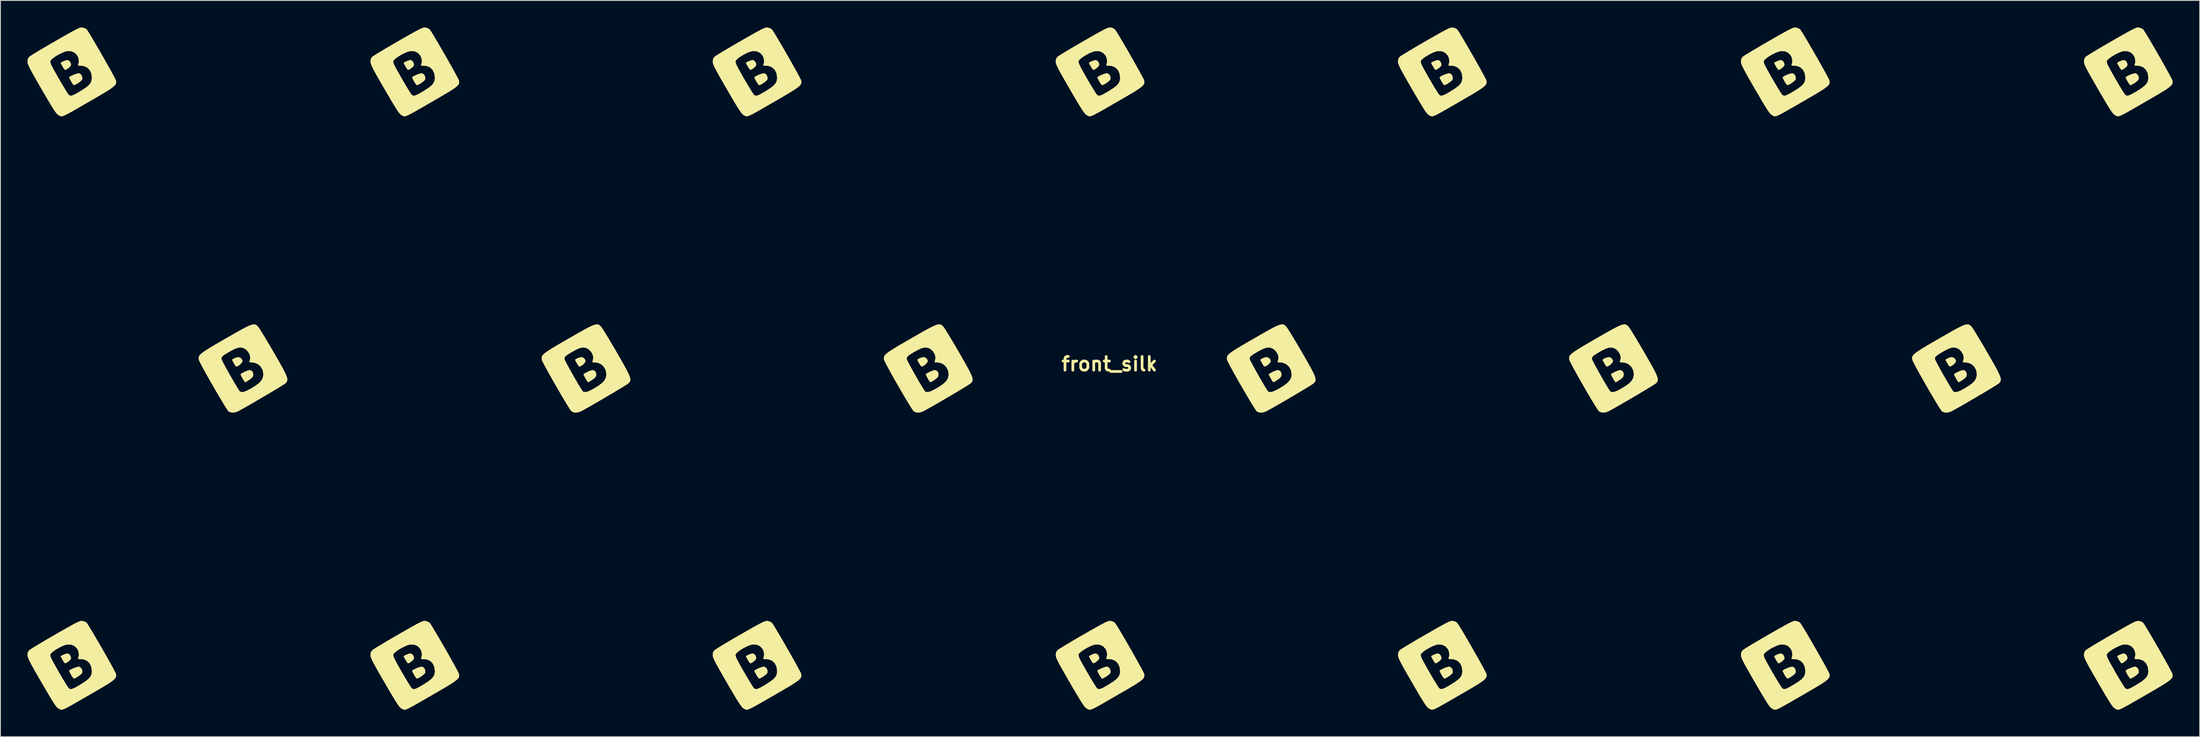
<source format=kicad_pcb>
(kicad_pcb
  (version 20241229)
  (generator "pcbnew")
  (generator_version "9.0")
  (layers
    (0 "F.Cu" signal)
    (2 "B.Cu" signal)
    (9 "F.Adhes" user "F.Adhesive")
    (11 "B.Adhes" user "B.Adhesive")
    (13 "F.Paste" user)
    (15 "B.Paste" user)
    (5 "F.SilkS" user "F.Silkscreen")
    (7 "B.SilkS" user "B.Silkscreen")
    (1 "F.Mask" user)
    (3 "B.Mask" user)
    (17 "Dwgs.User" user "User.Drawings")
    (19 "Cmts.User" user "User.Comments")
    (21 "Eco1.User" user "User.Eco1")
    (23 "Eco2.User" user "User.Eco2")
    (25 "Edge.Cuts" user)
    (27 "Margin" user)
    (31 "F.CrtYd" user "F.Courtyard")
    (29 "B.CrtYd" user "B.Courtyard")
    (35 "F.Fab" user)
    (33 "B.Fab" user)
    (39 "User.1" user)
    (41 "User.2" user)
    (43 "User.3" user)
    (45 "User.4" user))
  (footprint "front_silk"
    (layer "F.Cu")
    (at 120.183 37.405)
    (property "Reference" "front_silk" (at 0 0 0) (layer "F.SilkS") (effects (font (size 1.524 1.524) (thickness 0.3))))
    (attr through_hole)
    (fp_poly (pts (xy -115.561 -33.708) (xy -115.414 -33.529) (xy -115.346 -33.309) (xy -115.359 -33.188) (xy -115.459 -33.043) (xy -115.643 -32.877) (xy -115.846 -32.74) (xy -116.005 -32.682) (xy -116.006 -32.682) (xy -116.077 -32.748) (xy -116.197 -32.92) (xy -116.289 -33.069) (xy -116.411 -33.289) (xy -116.481 -33.441) (xy -116.488 -33.482) (xy -116.326 -33.58) (xy -116.091 -33.684) (xy -115.863 -33.761) (xy -115.745 -33.782) (xy -115.561 -33.708)) (stroke (width 0.01) (type solid)) (fill yes) (layer "F.SilkS"))
    (fp_poly (pts (xy -115.561 32.247) (xy -115.414 32.426) (xy -115.346 32.647) (xy -115.359 32.768) (xy -115.459 32.913) (xy -115.643 33.078) (xy -115.846 33.216) (xy -116.005 33.274) (xy -116.006 33.274) (xy -116.077 33.207) (xy -116.197 33.036) (xy -116.289 32.886) (xy -116.411 32.666) (xy -116.481 32.514) (xy -116.488 32.474) (xy -116.326 32.375) (xy -116.091 32.271) (xy -115.863 32.194) (xy -115.745 32.173) (xy -115.561 32.247)) (stroke (width 0.01) (type solid)) (fill yes) (layer "F.SilkS"))
    (fp_poly (pts (xy -96.508 -0.682) (xy -96.385 -0.55) (xy -96.296 -0.384) (xy -96.31 -0.254) (xy -96.384 -0.129) (xy -96.563 0.065) (xy -96.768 0.208) (xy -96.916 0.277) (xy -97.014 0.27) (xy -97.11 0.165) (xy -97.233 -0.038) (xy -97.357 -0.259) (xy -97.437 -0.415) (xy -97.451 -0.457) (xy -97.379 -0.537) (xy -97.203 -0.63) (xy -96.985 -0.713) (xy -96.783 -0.759) (xy -96.738 -0.762) (xy -96.508 -0.682)) (stroke (width 0.01) (type solid)) (fill yes) (layer "F.SilkS"))
    (fp_poly (pts (xy -77.461 -33.708) (xy -77.314 -33.529) (xy -77.246 -33.309) (xy -77.259 -33.188) (xy -77.359 -33.043) (xy -77.543 -32.877) (xy -77.746 -32.74) (xy -77.905 -32.682) (xy -77.906 -32.682) (xy -77.977 -32.748) (xy -78.097 -32.92) (xy -78.189 -33.069) (xy -78.311 -33.289) (xy -78.381 -33.441) (xy -78.388 -33.482) (xy -78.227 -33.58) (xy -77.991 -33.684) (xy -77.763 -33.761) (xy -77.645 -33.782) (xy -77.461 -33.708)) (stroke (width 0.01) (type solid)) (fill yes) (layer "F.SilkS"))
    (fp_poly (pts (xy -77.461 32.247) (xy -77.314 32.426) (xy -77.246 32.647) (xy -77.259 32.768) (xy -77.359 32.913) (xy -77.543 33.078) (xy -77.746 33.216) (xy -77.905 33.274) (xy -77.906 33.274) (xy -77.977 33.207) (xy -78.097 33.036) (xy -78.189 32.886) (xy -78.311 32.666) (xy -78.381 32.514) (xy -78.388 32.474) (xy -78.227 32.375) (xy -77.991 32.271) (xy -77.763 32.194) (xy -77.645 32.173) (xy -77.461 32.247)) (stroke (width 0.01) (type solid)) (fill yes) (layer "F.SilkS"))
    (fp_poly (pts (xy -58.408 -0.682) (xy -58.285 -0.55) (xy -58.196 -0.384) (xy -58.21 -0.254) (xy -58.284 -0.129) (xy -58.463 0.065) (xy -58.668 0.208) (xy -58.816 0.277) (xy -58.914 0.27) (xy -59.01 0.165) (xy -59.133 -0.038) (xy -59.257 -0.259) (xy -59.337 -0.415) (xy -59.351 -0.457) (xy -59.279 -0.537) (xy -59.103 -0.63) (xy -58.885 -0.713) (xy -58.683 -0.759) (xy -58.638 -0.762) (xy -58.408 -0.682)) (stroke (width 0.01) (type solid)) (fill yes) (layer "F.SilkS"))
    (fp_poly (pts (xy -39.446 -33.708) (xy -39.299 -33.529) (xy -39.231 -33.309) (xy -39.244 -33.188) (xy -39.344 -33.043) (xy -39.528 -32.877) (xy -39.731 -32.74) (xy -39.89 -32.682) (xy -39.891 -32.682) (xy -39.961 -32.748) (xy -40.082 -32.92) (xy -40.174 -33.069) (xy -40.295 -33.289) (xy -40.365 -33.441) (xy -40.372 -33.482) (xy -40.211 -33.58) (xy -39.976 -33.684) (xy -39.747 -33.761) (xy -39.63 -33.782) (xy -39.446 -33.708)) (stroke (width 0.01) (type solid)) (fill yes) (layer "F.SilkS"))
    (fp_poly (pts (xy -39.446 32.247) (xy -39.299 32.426) (xy -39.231 32.647) (xy -39.244 32.768) (xy -39.344 32.913) (xy -39.528 33.078) (xy -39.731 33.216) (xy -39.89 33.274) (xy -39.891 33.274) (xy -39.961 33.207) (xy -40.082 33.036) (xy -40.174 32.886) (xy -40.295 32.666) (xy -40.365 32.514) (xy -40.372 32.474) (xy -40.211 32.375) (xy -39.976 32.271) (xy -39.747 32.194) (xy -39.63 32.173) (xy -39.446 32.247)) (stroke (width 0.01) (type solid)) (fill yes) (layer "F.SilkS"))
    (fp_poly (pts (xy -20.393 -0.682) (xy -20.27 -0.55) (xy -20.18 -0.384) (xy -20.195 -0.254) (xy -20.269 -0.129) (xy -20.447 0.065) (xy -20.652 0.208) (xy -20.801 0.277) (xy -20.899 0.27) (xy -20.994 0.165) (xy -21.117 -0.038) (xy -21.242 -0.259) (xy -21.321 -0.415) (xy -21.336 -0.457) (xy -21.264 -0.537) (xy -21.088 -0.63) (xy -20.869 -0.713) (xy -20.668 -0.759) (xy -20.622 -0.762) (xy -20.393 -0.682)) (stroke (width 0.01) (type solid)) (fill yes) (layer "F.SilkS"))
    (fp_poly (pts (xy -1.346 -33.708) (xy -1.199 -33.529) (xy -1.131 -33.309) (xy -1.144 -33.188) (xy -1.244 -33.043) (xy -1.428 -32.877) (xy -1.631 -32.74) (xy -1.79 -32.682) (xy -1.791 -32.682) (xy -1.861 -32.748) (xy -1.982 -32.92) (xy -2.074 -33.069) (xy -2.195 -33.289) (xy -2.265 -33.441) (xy -2.272 -33.482) (xy -2.111 -33.58) (xy -1.876 -33.684) (xy -1.647 -33.761) (xy -1.53 -33.782) (xy -1.346 -33.708)) (stroke (width 0.01) (type solid)) (fill yes) (layer "F.SilkS"))
    (fp_poly (pts (xy -1.346 32.247) (xy -1.199 32.426) (xy -1.131 32.647) (xy -1.144 32.768) (xy -1.244 32.913) (xy -1.428 33.078) (xy -1.631 33.216) (xy -1.79 33.274) (xy -1.791 33.274) (xy -1.861 33.207) (xy -1.982 33.036) (xy -2.074 32.886) (xy -2.195 32.666) (xy -2.265 32.514) (xy -2.272 32.474) (xy -2.111 32.375) (xy -1.876 32.271) (xy -1.647 32.194) (xy -1.53 32.173) (xy -1.346 32.247)) (stroke (width 0.01) (type solid)) (fill yes) (layer "F.SilkS"))
    (fp_poly (pts (xy 17.707 -0.682) (xy 17.83 -0.55) (xy 17.92 -0.384) (xy 17.905 -0.254) (xy 17.831 -0.129) (xy 17.653 0.065) (xy 17.448 0.208) (xy 17.299 0.277) (xy 17.201 0.27) (xy 17.106 0.165) (xy 16.983 -0.038) (xy 16.858 -0.259) (xy 16.779 -0.415) (xy 16.764 -0.457) (xy 16.836 -0.537) (xy 17.012 -0.63) (xy 17.231 -0.713) (xy 17.432 -0.759) (xy 17.478 -0.762) (xy 17.707 -0.682)) (stroke (width 0.01) (type solid)) (fill yes) (layer "F.SilkS"))
    (fp_poly (pts (xy 36.67 -33.708) (xy 36.817 -33.529) (xy 36.885 -33.309) (xy 36.872 -33.188) (xy 36.771 -33.043) (xy 36.588 -32.877) (xy 36.384 -32.74) (xy 36.225 -32.682) (xy 36.224 -32.682) (xy 36.154 -32.748) (xy 36.033 -32.92) (xy 35.942 -33.069) (xy 35.82 -33.289) (xy 35.75 -33.441) (xy 35.743 -33.482) (xy 35.904 -33.58) (xy 36.139 -33.684) (xy 36.368 -33.761) (xy 36.485 -33.782) (xy 36.67 -33.708)) (stroke (width 0.01) (type solid)) (fill yes) (layer "F.SilkS"))
    (fp_poly (pts (xy 36.67 32.247) (xy 36.817 32.426) (xy 36.885 32.647) (xy 36.872 32.768) (xy 36.771 32.913) (xy 36.588 33.078) (xy 36.384 33.216) (xy 36.225 33.274) (xy 36.224 33.274) (xy 36.154 33.207) (xy 36.033 33.036) (xy 35.942 32.886) (xy 35.82 32.666) (xy 35.75 32.514) (xy 35.743 32.474) (xy 35.904 32.375) (xy 36.139 32.271) (xy 36.368 32.194) (xy 36.485 32.173) (xy 36.67 32.247)) (stroke (width 0.01) (type solid)) (fill yes) (layer "F.SilkS"))
    (fp_poly (pts (xy 55.722 -0.682) (xy 55.845 -0.55) (xy 55.935 -0.384) (xy 55.92 -0.254) (xy 55.847 -0.129) (xy 55.668 0.065) (xy 55.463 0.208) (xy 55.315 0.277) (xy 55.216 0.27) (xy 55.121 0.165) (xy 54.998 -0.038) (xy 54.873 -0.259) (xy 54.794 -0.415) (xy 54.779 -0.457) (xy 54.851 -0.537) (xy 55.027 -0.63) (xy 55.246 -0.713) (xy 55.447 -0.759) (xy 55.493 -0.762) (xy 55.722 -0.682)) (stroke (width 0.01) (type solid)) (fill yes) (layer "F.SilkS"))
    (fp_poly (pts (xy 74.77 -33.708) (xy 74.917 -33.529) (xy 74.985 -33.309) (xy 74.972 -33.188) (xy 74.871 -33.043) (xy 74.688 -32.877) (xy 74.484 -32.74) (xy 74.325 -32.682) (xy 74.324 -32.682) (xy 74.254 -32.748) (xy 74.133 -32.92) (xy 74.042 -33.069) (xy 73.92 -33.289) (xy 73.85 -33.441) (xy 73.843 -33.482) (xy 74.004 -33.58) (xy 74.239 -33.684) (xy 74.468 -33.761) (xy 74.585 -33.782) (xy 74.77 -33.708)) (stroke (width 0.01) (type solid)) (fill yes) (layer "F.SilkS"))
    (fp_poly (pts (xy 74.77 32.247) (xy 74.917 32.426) (xy 74.985 32.647) (xy 74.972 32.768) (xy 74.871 32.913) (xy 74.688 33.078) (xy 74.484 33.216) (xy 74.325 33.274) (xy 74.324 33.274) (xy 74.254 33.207) (xy 74.133 33.036) (xy 74.042 32.886) (xy 73.92 32.666) (xy 73.85 32.514) (xy 73.843 32.474) (xy 74.004 32.375) (xy 74.239 32.271) (xy 74.468 32.194) (xy 74.585 32.173) (xy 74.77 32.247)) (stroke (width 0.01) (type solid)) (fill yes) (layer "F.SilkS"))
    (fp_poly (pts (xy 93.822 -0.682) (xy 93.945 -0.55) (xy 94.035 -0.384) (xy 94.02 -0.254) (xy 93.947 -0.129) (xy 93.768 0.065) (xy 93.563 0.208) (xy 93.415 0.277) (xy 93.316 0.27) (xy 93.221 0.165) (xy 93.098 -0.038) (xy 92.973 -0.259) (xy 92.894 -0.415) (xy 92.879 -0.457) (xy 92.951 -0.537) (xy 93.127 -0.63) (xy 93.346 -0.713) (xy 93.547 -0.759) (xy 93.593 -0.762) (xy 93.822 -0.682)) (stroke (width 0.01) (type solid)) (fill yes) (layer "F.SilkS"))
    (fp_poly (pts (xy 112.87 -33.708) (xy 113.017 -33.529) (xy 113.085 -33.309) (xy 113.072 -33.188) (xy 112.971 -33.043) (xy 112.788 -32.877) (xy 112.584 -32.74) (xy 112.425 -32.682) (xy 112.424 -32.682) (xy 112.354 -32.748) (xy 112.233 -32.92) (xy 112.142 -33.069) (xy 112.02 -33.289) (xy 111.95 -33.441) (xy 111.943 -33.482) (xy 112.104 -33.58) (xy 112.339 -33.684) (xy 112.568 -33.761) (xy 112.685 -33.782) (xy 112.87 -33.708)) (stroke (width 0.01) (type solid)) (fill yes) (layer "F.SilkS"))
    (fp_poly (pts (xy 112.87 32.247) (xy 113.017 32.426) (xy 113.085 32.647) (xy 113.072 32.768) (xy 112.971 32.913) (xy 112.788 33.078) (xy 112.584 33.216) (xy 112.425 33.274) (xy 112.424 33.274) (xy 112.354 33.207) (xy 112.233 33.036) (xy 112.142 32.886) (xy 112.02 32.666) (xy 111.95 32.514) (xy 111.943 32.474) (xy 112.104 32.375) (xy 112.339 32.271) (xy 112.568 32.194) (xy 112.685 32.173) (xy 112.87 32.247)) (stroke (width 0.01) (type solid)) (fill yes) (layer "F.SilkS"))
    (fp_poly (pts (xy -114.24 -32.184) (xy -114.113 -31.962) (xy -114.086 -31.714) (xy -114.125 -31.591) (xy -114.244 -31.459) (xy -114.451 -31.295) (xy -114.691 -31.137) (xy -114.907 -31.023) (xy -115.027 -30.988) (xy -115.107 -31.056) (xy -115.234 -31.232) (xy -115.345 -31.417) (xy -115.47 -31.651) (xy -115.545 -31.818) (xy -115.557 -31.873) (xy -115.373 -31.995) (xy -115.111 -32.123) (xy -114.827 -32.232) (xy -114.58 -32.302) (xy -114.437 -32.31) (xy -114.24 -32.184)) (stroke (width 0.01) (type solid)) (fill yes) (layer "F.SilkS"))
    (fp_poly (pts (xy -114.24 33.771) (xy -114.113 33.993) (xy -114.086 34.242) (xy -114.125 34.364) (xy -114.244 34.497) (xy -114.451 34.66) (xy -114.691 34.818) (xy -114.907 34.933) (xy -115.027 34.967) (xy -115.107 34.899) (xy -115.234 34.723) (xy -115.345 34.538) (xy -115.47 34.304) (xy -115.545 34.137) (xy -115.557 34.082) (xy -115.373 33.96) (xy -115.111 33.833) (xy -114.827 33.723) (xy -114.58 33.654) (xy -114.437 33.645) (xy -114.24 33.771)) (stroke (width 0.01) (type solid)) (fill yes) (layer "F.SilkS"))
    (fp_poly (pts (xy -76.14 -32.184) (xy -76.013 -31.962) (xy -75.986 -31.714) (xy -76.025 -31.591) (xy -76.144 -31.459) (xy -76.351 -31.295) (xy -76.591 -31.137) (xy -76.807 -31.023) (xy -76.927 -30.988) (xy -77.007 -31.056) (xy -77.134 -31.232) (xy -77.245 -31.417) (xy -77.37 -31.651) (xy -77.445 -31.818) (xy -77.457 -31.873) (xy -77.273 -31.995) (xy -77.011 -32.123) (xy -76.727 -32.232) (xy -76.48 -32.302) (xy -76.337 -32.31) (xy -76.14 -32.184)) (stroke (width 0.01) (type solid)) (fill yes) (layer "F.SilkS"))
    (fp_poly (pts (xy -76.14 33.771) (xy -76.013 33.993) (xy -75.986 34.242) (xy -76.025 34.364) (xy -76.144 34.497) (xy -76.351 34.66) (xy -76.591 34.818) (xy -76.807 34.933) (xy -76.927 34.967) (xy -77.007 34.899) (xy -77.134 34.723) (xy -77.245 34.538) (xy -77.37 34.304) (xy -77.445 34.137) (xy -77.457 34.082) (xy -77.273 33.96) (xy -77.011 33.833) (xy -76.727 33.723) (xy -76.48 33.654) (xy -76.337 33.645) (xy -76.14 33.771)) (stroke (width 0.01) (type solid)) (fill yes) (layer "F.SilkS"))
    (fp_poly (pts (xy -38.125 -32.184) (xy -37.998 -31.962) (xy -37.971 -31.714) (xy -38.01 -31.591) (xy -38.129 -31.459) (xy -38.336 -31.295) (xy -38.576 -31.137) (xy -38.792 -31.023) (xy -38.912 -30.988) (xy -38.992 -31.056) (xy -39.119 -31.232) (xy -39.23 -31.417) (xy -39.355 -31.651) (xy -39.43 -31.818) (xy -39.442 -31.873) (xy -39.258 -31.995) (xy -38.995 -32.123) (xy -38.712 -32.232) (xy -38.465 -32.302) (xy -38.322 -32.31) (xy -38.125 -32.184)) (stroke (width 0.01) (type solid)) (fill yes) (layer "F.SilkS"))
    (fp_poly (pts (xy -38.125 33.771) (xy -37.998 33.993) (xy -37.971 34.242) (xy -38.01 34.364) (xy -38.129 34.497) (xy -38.336 34.66) (xy -38.576 34.818) (xy -38.792 34.933) (xy -38.912 34.967) (xy -38.992 34.899) (xy -39.119 34.723) (xy -39.23 34.538) (xy -39.355 34.304) (xy -39.43 34.137) (xy -39.442 34.082) (xy -39.258 33.96) (xy -38.995 33.833) (xy -38.712 33.723) (xy -38.465 33.654) (xy -38.322 33.645) (xy -38.125 33.771)) (stroke (width 0.01) (type solid)) (fill yes) (layer "F.SilkS"))
    (fp_poly (pts (xy -0.025 -32.184) (xy 0.102 -31.962) (xy 0.129 -31.714) (xy 0.09 -31.591) (xy -0.029 -31.459) (xy -0.236 -31.295) (xy -0.476 -31.137) (xy -0.692 -31.023) (xy -0.812 -30.988) (xy -0.892 -31.056) (xy -1.019 -31.232) (xy -1.13 -31.417) (xy -1.255 -31.651) (xy -1.33 -31.818) (xy -1.342 -31.873) (xy -1.158 -31.995) (xy -0.895 -32.123) (xy -0.612 -32.232) (xy -0.365 -32.302) (xy -0.222 -32.31) (xy -0.025 -32.184)) (stroke (width 0.01) (type solid)) (fill yes) (layer "F.SilkS"))
    (fp_poly (pts (xy -0.025 33.771) (xy 0.102 33.993) (xy 0.129 34.242) (xy 0.09 34.364) (xy -0.029 34.497) (xy -0.236 34.66) (xy -0.476 34.818) (xy -0.692 34.933) (xy -0.812 34.967) (xy -0.892 34.899) (xy -1.019 34.723) (xy -1.13 34.538) (xy -1.255 34.304) (xy -1.33 34.137) (xy -1.342 34.082) (xy -1.158 33.96) (xy -0.895 33.833) (xy -0.612 33.723) (xy -0.365 33.654) (xy -0.222 33.645) (xy -0.025 33.771)) (stroke (width 0.01) (type solid)) (fill yes) (layer "F.SilkS"))
    (fp_poly (pts (xy 37.991 -32.184) (xy 38.118 -31.962) (xy 38.144 -31.714) (xy 38.106 -31.591) (xy 37.987 -31.459) (xy 37.779 -31.295) (xy 37.54 -31.137) (xy 37.324 -31.023) (xy 37.204 -30.988) (xy 37.124 -31.056) (xy 36.997 -31.232) (xy 36.885 -31.417) (xy 36.761 -31.651) (xy 36.685 -31.818) (xy 36.674 -31.873) (xy 36.857 -31.995) (xy 37.12 -32.123) (xy 37.404 -32.232) (xy 37.65 -32.302) (xy 37.793 -32.31) (xy 37.991 -32.184)) (stroke (width 0.01) (type solid)) (fill yes) (layer "F.SilkS"))
    (fp_poly (pts (xy 37.991 33.771) (xy 38.118 33.993) (xy 38.144 34.242) (xy 38.106 34.364) (xy 37.987 34.497) (xy 37.779 34.66) (xy 37.54 34.818) (xy 37.324 34.933) (xy 37.204 34.967) (xy 37.124 34.899) (xy 36.997 34.723) (xy 36.885 34.538) (xy 36.761 34.304) (xy 36.685 34.137) (xy 36.674 34.082) (xy 36.857 33.96) (xy 37.12 33.833) (xy 37.404 33.723) (xy 37.65 33.654) (xy 37.793 33.645) (xy 37.991 33.771)) (stroke (width 0.01) (type solid)) (fill yes) (layer "F.SilkS"))
    (fp_poly (pts (xy 76.091 -32.184) (xy 76.218 -31.962) (xy 76.244 -31.714) (xy 76.206 -31.591) (xy 76.087 -31.459) (xy 75.879 -31.295) (xy 75.64 -31.137) (xy 75.424 -31.023) (xy 75.304 -30.988) (xy 75.224 -31.056) (xy 75.097 -31.232) (xy 74.985 -31.417) (xy 74.861 -31.651) (xy 74.785 -31.818) (xy 74.774 -31.873) (xy 74.957 -31.995) (xy 75.22 -32.123) (xy 75.504 -32.232) (xy 75.75 -32.302) (xy 75.893 -32.31) (xy 76.091 -32.184)) (stroke (width 0.01) (type solid)) (fill yes) (layer "F.SilkS"))
    (fp_poly (pts (xy 76.091 33.771) (xy 76.218 33.993) (xy 76.244 34.242) (xy 76.206 34.364) (xy 76.087 34.497) (xy 75.879 34.66) (xy 75.64 34.818) (xy 75.424 34.933) (xy 75.304 34.967) (xy 75.224 34.899) (xy 75.097 34.723) (xy 74.985 34.538) (xy 74.861 34.304) (xy 74.785 34.137) (xy 74.774 34.082) (xy 74.957 33.96) (xy 75.22 33.833) (xy 75.504 33.723) (xy 75.75 33.654) (xy 75.893 33.645) (xy 76.091 33.771)) (stroke (width 0.01) (type solid)) (fill yes) (layer "F.SilkS"))
    (fp_poly (pts (xy 114.191 -32.184) (xy 114.318 -31.962) (xy 114.344 -31.714) (xy 114.306 -31.591) (xy 114.187 -31.459) (xy 113.979 -31.295) (xy 113.74 -31.137) (xy 113.524 -31.023) (xy 113.404 -30.988) (xy 113.324 -31.056) (xy 113.197 -31.232) (xy 113.085 -31.417) (xy 112.961 -31.651) (xy 112.885 -31.818) (xy 112.874 -31.873) (xy 113.057 -31.995) (xy 113.32 -32.123) (xy 113.604 -32.232) (xy 113.85 -32.302) (xy 113.993 -32.31) (xy 114.191 -32.184)) (stroke (width 0.01) (type solid)) (fill yes) (layer "F.SilkS"))
    (fp_poly (pts (xy 114.191 33.771) (xy 114.318 33.993) (xy 114.344 34.242) (xy 114.306 34.364) (xy 114.187 34.497) (xy 113.979 34.66) (xy 113.74 34.818) (xy 113.524 34.933) (xy 113.404 34.967) (xy 113.324 34.899) (xy 113.197 34.723) (xy 113.085 34.538) (xy 112.961 34.304) (xy 112.885 34.137) (xy 112.874 34.082) (xy 113.057 33.96) (xy 113.32 33.833) (xy 113.604 33.723) (xy 113.85 33.654) (xy 113.993 33.645) (xy 114.191 33.771)) (stroke (width 0.01) (type solid)) (fill yes) (layer "F.SilkS"))
    (fp_poly (pts (xy -95.283 0.751) (xy -95.134 0.946) (xy -95.097 1.217) (xy -95.147 1.401) (xy -95.278 1.564) (xy -95.528 1.752) (xy -95.535 1.757) (xy -95.765 1.905) (xy -95.936 2.005) (xy -96 2.032) (xy -96.068 1.964) (xy -96.185 1.79) (xy -96.287 1.617) (xy -96.415 1.382) (xy -96.499 1.21) (xy -96.52 1.153) (xy -96.449 1.083) (xy -96.27 0.978) (xy -96.034 0.861) (xy -95.79 0.757) (xy -95.591 0.69) (xy -95.513 0.677) (xy -95.283 0.751)) (stroke (width 0.01) (type solid)) (fill yes) (layer "F.SilkS"))
    (fp_poly (pts (xy -57.183 0.751) (xy -57.034 0.946) (xy -56.997 1.217) (xy -57.047 1.401) (xy -57.178 1.564) (xy -57.428 1.752) (xy -57.435 1.757) (xy -57.665 1.905) (xy -57.836 2.005) (xy -57.9 2.032) (xy -57.968 1.964) (xy -58.085 1.79) (xy -58.187 1.617) (xy -58.315 1.382) (xy -58.399 1.21) (xy -58.42 1.153) (xy -58.349 1.083) (xy -58.17 0.978) (xy -57.934 0.861) (xy -57.69 0.757) (xy -57.491 0.69) (xy -57.413 0.677) (xy -57.183 0.751)) (stroke (width 0.01) (type solid)) (fill yes) (layer "F.SilkS"))
    (fp_poly (pts (xy -19.168 0.751) (xy -19.019 0.946) (xy -18.982 1.217) (xy -19.031 1.401) (xy -19.163 1.564) (xy -19.413 1.752) (xy -19.419 1.757) (xy -19.649 1.905) (xy -19.821 2.005) (xy -19.885 2.032) (xy -19.952 1.964) (xy -20.07 1.79) (xy -20.172 1.617) (xy -20.299 1.382) (xy -20.384 1.21) (xy -20.405 1.153) (xy -20.334 1.083) (xy -20.155 0.978) (xy -19.918 0.861) (xy -19.675 0.757) (xy -19.475 0.69) (xy -19.398 0.677) (xy -19.168 0.751)) (stroke (width 0.01) (type solid)) (fill yes) (layer "F.SilkS"))
    (fp_poly (pts (xy 18.932 0.751) (xy 19.081 0.946) (xy 19.118 1.217) (xy 19.069 1.401) (xy 18.937 1.564) (xy 18.687 1.752) (xy 18.681 1.757) (xy 18.451 1.905) (xy 18.279 2.005) (xy 18.215 2.032) (xy 18.148 1.964) (xy 18.03 1.79) (xy 17.928 1.617) (xy 17.801 1.382) (xy 17.716 1.21) (xy 17.695 1.153) (xy 17.766 1.083) (xy 17.945 0.978) (xy 18.182 0.861) (xy 18.425 0.757) (xy 18.625 0.69) (xy 18.702 0.677) (xy 18.932 0.751)) (stroke (width 0.01) (type solid)) (fill yes) (layer "F.SilkS"))
    (fp_poly (pts (xy 56.948 0.751) (xy 57.097 0.946) (xy 57.133 1.217) (xy 57.084 1.401) (xy 56.952 1.564) (xy 56.702 1.752) (xy 56.696 1.757) (xy 56.466 1.905) (xy 56.294 2.005) (xy 56.23 2.032) (xy 56.163 1.964) (xy 56.045 1.79) (xy 55.944 1.617) (xy 55.816 1.382) (xy 55.731 1.21) (xy 55.711 1.153) (xy 55.782 1.083) (xy 55.961 0.978) (xy 56.197 0.861) (xy 56.44 0.757) (xy 56.64 0.69) (xy 56.718 0.677) (xy 56.948 0.751)) (stroke (width 0.01) (type solid)) (fill yes) (layer "F.SilkS"))
    (fp_poly (pts (xy 95.048 0.751) (xy 95.197 0.946) (xy 95.233 1.217) (xy 95.184 1.401) (xy 95.052 1.564) (xy 94.802 1.752) (xy 94.796 1.757) (xy 94.566 1.905) (xy 94.394 2.005) (xy 94.33 2.032) (xy 94.263 1.964) (xy 94.145 1.79) (xy 94.043 1.617) (xy 93.916 1.382) (xy 93.831 1.21) (xy 93.811 1.153) (xy 93.882 1.083) (xy 94.061 0.978) (xy 94.297 0.861) (xy 94.54 0.757) (xy 94.74 0.69) (xy 94.818 0.677) (xy 95.048 0.751)) (stroke (width 0.01) (type solid)) (fill yes) (layer "F.SilkS"))
    (fp_poly (pts (xy -94.933 -4.399) (xy -94.806 -4.353) (xy -94.692 -4.272) (xy -94.584 -4.17) (xy -94.489 -4.043) (xy -94.322 -3.788) (xy -94.093 -3.423) (xy -93.814 -2.966) (xy -93.497 -2.436) (xy -93.152 -1.852) (xy -92.839 -1.312) (xy -92.408 -0.564) (xy -92.057 0.054) (xy -91.781 0.556) (xy -91.574 0.958) (xy -91.431 1.273) (xy -91.346 1.519) (xy -91.312 1.708) (xy -91.325 1.857) (xy -91.379 1.98) (xy -91.467 2.092) (xy -91.527 2.153) (xy -91.637 2.233) (xy -91.874 2.385) (xy -92.216 2.596) (xy -92.643 2.855) (xy -93.133 3.149) (xy -93.667 3.465) (xy -94.223 3.792) (xy -94.78 4.118) (xy -95.317 4.43) (xy -95.815 4.715) (xy -96.251 4.962) (xy -96.606 5.159) (xy -96.833 5.28) (xy -97.188 5.396) (xy -97.538 5.397) (xy -97.824 5.285) (xy -97.846 5.269) (xy -97.937 5.156) (xy -98.097 4.915) (xy -98.316 4.568) (xy -98.58 4.133) (xy -98.879 3.632) (xy -99.199 3.086) (xy -99.53 2.515) (xy -99.86 1.94) (xy -100.177 1.38) (xy -100.468 0.858) (xy -100.722 0.392) (xy -100.928 0.005) (xy -101.073 -0.283) (xy -101.145 -0.453) (xy -101.15 -0.474) (xy -101.162 -0.566) (xy -98.635 -0.566) (xy -98.595 -0.454) (xy -98.482 -0.222) (xy -98.311 0.104) (xy -98.096 0.499) (xy -97.853 0.936) (xy -97.596 1.392) (xy -97.338 1.839) (xy -97.095 2.253) (xy -96.882 2.608) (xy -96.712 2.878) (xy -96.6 3.037) (xy -96.571 3.068) (xy -96.387 3.127) (xy -96.135 3.093) (xy -95.795 2.958) (xy -95.385 2.741) (xy -94.85 2.414) (xy -94.459 2.117) (xy -94.196 1.832) (xy -94.043 1.539) (xy -93.983 1.218) (xy -93.98 1.126) (xy -94.055 0.685) (xy -94.261 0.308) (xy -94.572 0.023) (xy -94.961 -0.141) (xy -95.218 -0.169) (xy -95.444 -0.175) (xy -95.534 -0.209) (xy -95.525 -0.298) (xy -95.492 -0.375) (xy -95.431 -0.696) (xy -95.503 -1.043) (xy -95.685 -1.37) (xy -95.955 -1.636) (xy -96.237 -1.782) (xy -96.492 -1.832) (xy -96.769 -1.808) (xy -97.097 -1.7) (xy -97.506 -1.5) (xy -97.86 -1.299) (xy -98.209 -1.087) (xy -98.435 -0.932) (xy -98.564 -0.807) (xy -98.622 -0.69) (xy -98.635 -0.566) (xy -101.162 -0.566) (xy -101.169 -0.618) (xy -101.162 -0.749) (xy -101.119 -0.876) (xy -101.027 -1.01) (xy -100.871 -1.16) (xy -100.641 -1.337) (xy -100.323 -1.55) (xy -99.904 -1.81) (xy -99.373 -2.127) (xy -98.715 -2.51) (xy -98.188 -2.815) (xy -97.425 -3.254) (xy -96.793 -3.613) (xy -96.278 -3.898) (xy -95.865 -4.114) (xy -95.538 -4.266) (xy -95.284 -4.361) (xy -95.087 -4.403) (xy -94.933 -4.399)) (stroke (width 0.01) (type solid)) (fill yes) (layer "F.SilkS"))
    (fp_poly (pts (xy -56.833 -4.399) (xy -56.706 -4.353) (xy -56.592 -4.272) (xy -56.484 -4.17) (xy -56.389 -4.043) (xy -56.222 -3.788) (xy -55.993 -3.423) (xy -55.714 -2.966) (xy -55.397 -2.436) (xy -55.052 -1.852) (xy -54.739 -1.312) (xy -54.308 -0.564) (xy -53.957 0.054) (xy -53.681 0.556) (xy -53.474 0.958) (xy -53.331 1.273) (xy -53.246 1.519) (xy -53.212 1.708) (xy -53.225 1.857) (xy -53.279 1.98) (xy -53.367 2.092) (xy -53.427 2.153) (xy -53.537 2.233) (xy -53.774 2.385) (xy -54.116 2.596) (xy -54.543 2.855) (xy -55.033 3.149) (xy -55.567 3.465) (xy -56.123 3.792) (xy -56.68 4.118) (xy -57.217 4.43) (xy -57.715 4.715) (xy -58.151 4.962) (xy -58.506 5.159) (xy -58.733 5.28) (xy -59.088 5.396) (xy -59.438 5.397) (xy -59.724 5.285) (xy -59.746 5.269) (xy -59.837 5.156) (xy -59.997 4.915) (xy -60.216 4.568) (xy -60.48 4.133) (xy -60.779 3.632) (xy -61.099 3.086) (xy -61.43 2.515) (xy -61.76 1.94) (xy -62.077 1.38) (xy -62.368 0.858) (xy -62.622 0.392) (xy -62.828 0.005) (xy -62.973 -0.283) (xy -63.045 -0.453) (xy -63.05 -0.474) (xy -63.062 -0.566) (xy -60.535 -0.566) (xy -60.495 -0.454) (xy -60.382 -0.222) (xy -60.211 0.104) (xy -59.996 0.499) (xy -59.753 0.936) (xy -59.496 1.392) (xy -59.238 1.839) (xy -58.995 2.253) (xy -58.782 2.608) (xy -58.612 2.878) (xy -58.5 3.037) (xy -58.471 3.068) (xy -58.287 3.127) (xy -58.035 3.093) (xy -57.695 2.958) (xy -57.285 2.741) (xy -56.75 2.414) (xy -56.359 2.117) (xy -56.096 1.832) (xy -55.943 1.539) (xy -55.883 1.218) (xy -55.88 1.126) (xy -55.955 0.685) (xy -56.161 0.308) (xy -56.472 0.023) (xy -56.861 -0.141) (xy -57.118 -0.169) (xy -57.344 -0.175) (xy -57.434 -0.209) (xy -57.425 -0.298) (xy -57.392 -0.375) (xy -57.331 -0.696) (xy -57.403 -1.043) (xy -57.585 -1.37) (xy -57.855 -1.636) (xy -58.137 -1.782) (xy -58.392 -1.832) (xy -58.669 -1.808) (xy -58.997 -1.7) (xy -59.406 -1.5) (xy -59.76 -1.299) (xy -60.109 -1.087) (xy -60.335 -0.932) (xy -60.464 -0.807) (xy -60.522 -0.69) (xy -60.535 -0.566) (xy -63.062 -0.566) (xy -63.069 -0.618) (xy -63.062 -0.749) (xy -63.019 -0.876) (xy -62.927 -1.01) (xy -62.771 -1.16) (xy -62.541 -1.337) (xy -62.223 -1.55) (xy -61.804 -1.81) (xy -61.273 -2.127) (xy -60.615 -2.51) (xy -60.088 -2.815) (xy -59.325 -3.254) (xy -58.693 -3.613) (xy -58.178 -3.898) (xy -57.765 -4.114) (xy -57.438 -4.266) (xy -57.184 -4.361) (xy -56.987 -4.403) (xy -56.833 -4.399)) (stroke (width 0.01) (type solid)) (fill yes) (layer "F.SilkS"))
    (fp_poly (pts (xy -18.817 -4.399) (xy -18.69 -4.353) (xy -18.577 -4.272) (xy -18.469 -4.17) (xy -18.374 -4.043) (xy -18.207 -3.788) (xy -17.978 -3.423) (xy -17.699 -2.966) (xy -17.382 -2.436) (xy -17.037 -1.852) (xy -16.723 -1.312) (xy -16.292 -0.564) (xy -15.942 0.054) (xy -15.666 0.556) (xy -15.459 0.958) (xy -15.316 1.273) (xy -15.23 1.519) (xy -15.197 1.708) (xy -15.21 1.857) (xy -15.263 1.98) (xy -15.352 2.092) (xy -15.411 2.153) (xy -15.522 2.233) (xy -15.759 2.385) (xy -16.101 2.596) (xy -16.528 2.855) (xy -17.018 3.149) (xy -17.552 3.465) (xy -18.107 3.792) (xy -18.664 4.118) (xy -19.202 4.43) (xy -19.699 4.715) (xy -20.136 4.962) (xy -20.491 5.159) (xy -20.718 5.28) (xy -21.073 5.396) (xy -21.423 5.397) (xy -21.709 5.285) (xy -21.73 5.269) (xy -21.821 5.156) (xy -21.982 4.915) (xy -22.2 4.568) (xy -22.465 4.133) (xy -22.763 3.632) (xy -23.084 3.086) (xy -23.415 2.515) (xy -23.745 1.94) (xy -24.061 1.38) (xy -24.353 0.858) (xy -24.607 0.392) (xy -24.812 0.005) (xy -24.957 -0.283) (xy -25.03 -0.453) (xy -25.035 -0.474) (xy -25.047 -0.566) (xy -22.52 -0.566) (xy -22.479 -0.454) (xy -22.366 -0.222) (xy -22.195 0.104) (xy -21.981 0.499) (xy -21.738 0.936) (xy -21.48 1.392) (xy -21.223 1.839) (xy -20.98 2.253) (xy -20.767 2.608) (xy -20.597 2.878) (xy -20.485 3.037) (xy -20.456 3.068) (xy -20.272 3.127) (xy -20.02 3.093) (xy -19.68 2.958) (xy -19.27 2.741) (xy -18.735 2.414) (xy -18.344 2.117) (xy -18.081 1.832) (xy -17.927 1.539) (xy -17.867 1.218) (xy -17.865 1.126) (xy -17.94 0.685) (xy -18.146 0.308) (xy -18.457 0.023) (xy -18.845 -0.141) (xy -19.103 -0.169) (xy -19.328 -0.175) (xy -19.419 -0.209) (xy -19.409 -0.298) (xy -19.376 -0.375) (xy -19.316 -0.696) (xy -19.388 -1.043) (xy -19.57 -1.37) (xy -19.84 -1.636) (xy -20.122 -1.782) (xy -20.377 -1.832) (xy -20.654 -1.808) (xy -20.982 -1.7) (xy -21.39 -1.5) (xy -21.745 -1.299) (xy -22.094 -1.087) (xy -22.319 -0.932) (xy -22.448 -0.807) (xy -22.507 -0.69) (xy -22.52 -0.566) (xy -25.047 -0.566) (xy -25.053 -0.618) (xy -25.047 -0.749) (xy -25.004 -0.876) (xy -24.911 -1.01) (xy -24.756 -1.16) (xy -24.526 -1.337) (xy -24.208 -1.55) (xy -23.789 -1.81) (xy -23.257 -2.127) (xy -22.6 -2.51) (xy -22.072 -2.815) (xy -21.309 -3.254) (xy -20.678 -3.613) (xy -20.163 -3.898) (xy -19.75 -4.114) (xy -19.423 -4.266) (xy -19.169 -4.361) (xy -18.972 -4.403) (xy -18.817 -4.399)) (stroke (width 0.01) (type solid)) (fill yes) (layer "F.SilkS"))
    (fp_poly (pts (xy 19.283 -4.399) (xy 19.41 -4.353) (xy 19.523 -4.272) (xy 19.631 -4.17) (xy 19.726 -4.043) (xy 19.893 -3.788) (xy 20.122 -3.423) (xy 20.401 -2.966) (xy 20.718 -2.436) (xy 21.063 -1.852) (xy 21.377 -1.312) (xy 21.808 -0.564) (xy 22.158 0.054) (xy 22.434 0.556) (xy 22.641 0.958) (xy 22.784 1.273) (xy 22.87 1.519) (xy 22.903 1.708) (xy 22.89 1.857) (xy 22.837 1.98) (xy 22.748 2.092) (xy 22.689 2.153) (xy 22.578 2.233) (xy 22.341 2.385) (xy 21.999 2.596) (xy 21.572 2.855) (xy 21.082 3.149) (xy 20.548 3.465) (xy 19.993 3.792) (xy 19.436 4.118) (xy 18.898 4.43) (xy 18.401 4.715) (xy 17.964 4.962) (xy 17.609 5.159) (xy 17.382 5.28) (xy 17.027 5.396) (xy 16.677 5.397) (xy 16.391 5.285) (xy 16.37 5.269) (xy 16.279 5.156) (xy 16.118 4.915) (xy 15.9 4.568) (xy 15.635 4.133) (xy 15.337 3.632) (xy 15.016 3.086) (xy 14.685 2.515) (xy 14.355 1.94) (xy 14.039 1.38) (xy 13.747 0.858) (xy 13.493 0.392) (xy 13.288 0.005) (xy 13.143 -0.283) (xy 13.07 -0.453) (xy 13.065 -0.474) (xy 13.053 -0.566) (xy 15.58 -0.566) (xy 15.621 -0.454) (xy 15.734 -0.222) (xy 15.905 0.104) (xy 16.119 0.499) (xy 16.362 0.936) (xy 16.62 1.392) (xy 16.877 1.839) (xy 17.12 2.253) (xy 17.333 2.608) (xy 17.503 2.878) (xy 17.615 3.037) (xy 17.644 3.068) (xy 17.828 3.127) (xy 18.08 3.093) (xy 18.42 2.958) (xy 18.83 2.741) (xy 19.365 2.414) (xy 19.756 2.117) (xy 20.019 1.832) (xy 20.173 1.539) (xy 20.233 1.218) (xy 20.235 1.126) (xy 20.16 0.685) (xy 19.954 0.308) (xy 19.643 0.023) (xy 19.255 -0.141) (xy 18.997 -0.169) (xy 18.772 -0.175) (xy 18.681 -0.209) (xy 18.691 -0.298) (xy 18.724 -0.375) (xy 18.784 -0.696) (xy 18.712 -1.043) (xy 18.53 -1.37) (xy 18.26 -1.636) (xy 17.978 -1.782) (xy 17.723 -1.832) (xy 17.446 -1.808) (xy 17.118 -1.7) (xy 16.71 -1.5) (xy 16.355 -1.299) (xy 16.006 -1.087) (xy 15.781 -0.932) (xy 15.652 -0.807) (xy 15.593 -0.69) (xy 15.58 -0.566) (xy 13.053 -0.566) (xy 13.047 -0.618) (xy 13.053 -0.749) (xy 13.096 -0.876) (xy 13.189 -1.01) (xy 13.344 -1.16) (xy 13.574 -1.337) (xy 13.892 -1.55) (xy 14.311 -1.81) (xy 14.843 -2.127) (xy 15.5 -2.51) (xy 16.028 -2.815) (xy 16.791 -3.254) (xy 17.422 -3.613) (xy 17.937 -3.898) (xy 18.35 -4.114) (xy 18.677 -4.266) (xy 18.931 -4.361) (xy 19.128 -4.403) (xy 19.283 -4.399)) (stroke (width 0.01) (type solid)) (fill yes) (layer "F.SilkS"))
    (fp_poly (pts (xy 57.298 -4.399) (xy 57.425 -4.353) (xy 57.539 -4.272) (xy 57.646 -4.17) (xy 57.741 -4.043) (xy 57.909 -3.788) (xy 58.138 -3.423) (xy 58.416 -2.966) (xy 58.734 -2.436) (xy 59.078 -1.852) (xy 59.392 -1.312) (xy 59.823 -0.564) (xy 60.174 0.054) (xy 60.45 0.556) (xy 60.656 0.958) (xy 60.8 1.273) (xy 60.885 1.519) (xy 60.919 1.708) (xy 60.906 1.857) (xy 60.852 1.98) (xy 60.764 2.092) (xy 60.704 2.153) (xy 60.593 2.233) (xy 60.357 2.385) (xy 60.014 2.596) (xy 59.588 2.855) (xy 59.097 3.149) (xy 58.564 3.465) (xy 58.008 3.792) (xy 57.451 4.118) (xy 56.913 4.43) (xy 56.416 4.715) (xy 55.979 4.962) (xy 55.625 5.159) (xy 55.397 5.28) (xy 55.042 5.396) (xy 54.693 5.397) (xy 54.406 5.285) (xy 54.385 5.269) (xy 54.294 5.156) (xy 54.133 4.915) (xy 53.915 4.568) (xy 53.651 4.133) (xy 53.352 3.632) (xy 53.031 3.086) (xy 52.7 2.515) (xy 52.371 1.94) (xy 52.054 1.38) (xy 51.763 0.858) (xy 51.508 0.392) (xy 51.303 0.005) (xy 51.158 -0.283) (xy 51.086 -0.453) (xy 51.08 -0.474) (xy 51.069 -0.566) (xy 53.595 -0.566) (xy 53.636 -0.454) (xy 53.749 -0.222) (xy 53.92 0.104) (xy 54.134 0.499) (xy 54.378 0.936) (xy 54.635 1.392) (xy 54.893 1.839) (xy 55.135 2.253) (xy 55.349 2.608) (xy 55.519 2.878) (xy 55.63 3.037) (xy 55.659 3.068) (xy 55.844 3.127) (xy 56.095 3.093) (xy 56.436 2.958) (xy 56.845 2.741) (xy 57.381 2.414) (xy 57.771 2.117) (xy 58.035 1.832) (xy 58.188 1.539) (xy 58.248 1.218) (xy 58.251 1.126) (xy 58.176 0.685) (xy 57.969 0.308) (xy 57.658 0.023) (xy 57.27 -0.141) (xy 57.012 -0.169) (xy 56.787 -0.175) (xy 56.696 -0.209) (xy 56.706 -0.298) (xy 56.739 -0.375) (xy 56.8 -0.696) (xy 56.728 -1.043) (xy 56.545 -1.37) (xy 56.276 -1.636) (xy 55.993 -1.782) (xy 55.738 -1.832) (xy 55.462 -1.808) (xy 55.134 -1.7) (xy 54.725 -1.5) (xy 54.37 -1.299) (xy 54.022 -1.087) (xy 53.796 -0.932) (xy 53.667 -0.807) (xy 53.609 -0.69) (xy 53.595 -0.566) (xy 51.069 -0.566) (xy 51.062 -0.618) (xy 51.068 -0.749) (xy 51.111 -0.876) (xy 51.204 -1.01) (xy 51.359 -1.16) (xy 51.59 -1.337) (xy 51.908 -1.55) (xy 52.326 -1.81) (xy 52.858 -2.127) (xy 53.516 -2.51) (xy 54.043 -2.815) (xy 54.806 -3.254) (xy 55.437 -3.613) (xy 55.952 -3.898) (xy 56.366 -4.114) (xy 56.692 -4.266) (xy 56.947 -4.361) (xy 57.144 -4.403) (xy 57.298 -4.399)) (stroke (width 0.01) (type solid)) (fill yes) (layer "F.SilkS"))
    (fp_poly (pts (xy 95.398 -4.399) (xy 95.525 -4.353) (xy 95.639 -4.272) (xy 95.746 -4.17) (xy 95.841 -4.043) (xy 96.009 -3.788) (xy 96.238 -3.423) (xy 96.516 -2.966) (xy 96.834 -2.436) (xy 97.178 -1.852) (xy 97.492 -1.312) (xy 97.923 -0.564) (xy 98.274 0.054) (xy 98.55 0.556) (xy 98.756 0.958) (xy 98.9 1.273) (xy 98.985 1.519) (xy 99.019 1.708) (xy 99.006 1.857) (xy 98.952 1.98) (xy 98.864 2.092) (xy 98.804 2.153) (xy 98.693 2.233) (xy 98.457 2.385) (xy 98.114 2.596) (xy 97.688 2.855) (xy 97.197 3.149) (xy 96.664 3.465) (xy 96.108 3.792) (xy 95.551 4.118) (xy 95.013 4.43) (xy 94.516 4.715) (xy 94.079 4.962) (xy 93.725 5.159) (xy 93.497 5.28) (xy 93.142 5.396) (xy 92.793 5.397) (xy 92.506 5.285) (xy 92.485 5.269) (xy 92.394 5.156) (xy 92.233 4.915) (xy 92.015 4.568) (xy 91.751 4.133) (xy 91.452 3.632) (xy 91.131 3.086) (xy 90.8 2.515) (xy 90.471 1.94) (xy 90.154 1.38) (xy 89.863 0.858) (xy 89.608 0.392) (xy 89.403 0.005) (xy 89.258 -0.283) (xy 89.186 -0.453) (xy 89.18 -0.474) (xy 89.169 -0.566) (xy 91.695 -0.566) (xy 91.736 -0.454) (xy 91.849 -0.222) (xy 92.02 0.104) (xy 92.234 0.499) (xy 92.478 0.936) (xy 92.735 1.392) (xy 92.993 1.839) (xy 93.235 2.253) (xy 93.449 2.608) (xy 93.619 2.878) (xy 93.73 3.037) (xy 93.759 3.068) (xy 93.944 3.127) (xy 94.195 3.093) (xy 94.536 2.958) (xy 94.945 2.741) (xy 95.481 2.414) (xy 95.871 2.117) (xy 96.135 1.832) (xy 96.288 1.539) (xy 96.348 1.218) (xy 96.351 1.126) (xy 96.276 0.685) (xy 96.069 0.308) (xy 95.758 0.023) (xy 95.37 -0.141) (xy 95.112 -0.169) (xy 94.887 -0.175) (xy 94.796 -0.209) (xy 94.806 -0.298) (xy 94.839 -0.375) (xy 94.9 -0.696) (xy 94.828 -1.043) (xy 94.645 -1.37) (xy 94.376 -1.636) (xy 94.093 -1.782) (xy 93.838 -1.832) (xy 93.562 -1.808) (xy 93.234 -1.7) (xy 92.825 -1.5) (xy 92.47 -1.299) (xy 92.122 -1.087) (xy 91.896 -0.932) (xy 91.767 -0.807) (xy 91.709 -0.69) (xy 91.695 -0.566) (xy 89.169 -0.566) (xy 89.162 -0.618) (xy 89.168 -0.749) (xy 89.211 -0.876) (xy 89.304 -1.01) (xy 89.459 -1.16) (xy 89.69 -1.337) (xy 90.008 -1.55) (xy 90.426 -1.81) (xy 90.958 -2.127) (xy 91.616 -2.51) (xy 92.143 -2.815) (xy 92.906 -3.254) (xy 93.537 -3.613) (xy 94.052 -3.898) (xy 94.466 -4.114) (xy 94.792 -4.266) (xy 95.047 -4.361) (xy 95.244 -4.403) (xy 95.398 -4.399)) (stroke (width 0.01) (type solid)) (fill yes) (layer "F.SilkS"))
    (fp_poly (pts (xy -114.068 -37.394) (xy -113.818 -37.319) (xy -113.623 -37.204) (xy -113.611 -37.193) (xy -113.522 -37.072) (xy -113.365 -36.826) (xy -113.15 -36.474) (xy -112.889 -36.038) (xy -112.594 -35.537) (xy -112.278 -34.993) (xy -111.95 -34.425) (xy -111.625 -33.854) (xy -111.312 -33.301) (xy -111.024 -32.787) (xy -110.773 -32.331) (xy -110.57 -31.955) (xy -110.428 -31.678) (xy -110.357 -31.523) (xy -110.352 -31.506) (xy -110.331 -31.36) (xy -110.338 -31.226) (xy -110.386 -31.095) (xy -110.488 -30.956) (xy -110.657 -30.799) (xy -110.906 -30.612) (xy -111.249 -30.387) (xy -111.697 -30.112) (xy -112.264 -29.777) (xy -112.963 -29.371) (xy -113.134 -29.272) (xy -113.899 -28.83) (xy -114.531 -28.465) (xy -115.045 -28.171) (xy -115.454 -27.94) (xy -115.774 -27.768) (xy -116.017 -27.647) (xy -116.2 -27.57) (xy -116.336 -27.533) (xy -116.439 -27.527) (xy -116.524 -27.547) (xy -116.605 -27.587) (xy -116.697 -27.64) (xy -116.744 -27.665) (xy -116.831 -27.724) (xy -116.932 -27.825) (xy -117.057 -27.98) (xy -117.213 -28.204) (xy -117.41 -28.512) (xy -117.657 -28.917) (xy -117.964 -29.433) (xy -118.34 -30.074) (xy -118.6 -30.522) (xy -119.018 -31.244) (xy -119.356 -31.835) (xy -119.623 -32.311) (xy -119.827 -32.688) (xy -119.976 -32.98) (xy -120.078 -33.204) (xy -120.14 -33.374) (xy -120.171 -33.506) (xy -120.178 -33.59) (xy -120.177 -33.597) (xy -117.649 -33.597) (xy -117.631 -33.482) (xy -117.571 -33.317) (xy -117.462 -33.084) (xy -117.293 -32.764) (xy -117.056 -32.339) (xy -116.742 -31.788) (xy -116.716 -31.743) (xy -116.428 -31.248) (xy -116.162 -30.8) (xy -115.93 -30.419) (xy -115.746 -30.129) (xy -115.625 -29.952) (xy -115.587 -29.909) (xy -115.47 -29.837) (xy -115.339 -29.818) (xy -115.166 -29.859) (xy -114.924 -29.969) (xy -114.586 -30.158) (xy -114.293 -30.332) (xy -113.807 -30.641) (xy -113.458 -30.908) (xy -113.226 -31.156) (xy -113.092 -31.408) (xy -113.035 -31.688) (xy -113.03 -31.826) (xy -113.098 -32.306) (xy -113.288 -32.695) (xy -113.586 -32.974) (xy -113.974 -33.125) (xy -114.213 -33.147) (xy -114.455 -33.154) (xy -114.56 -33.185) (xy -114.563 -33.255) (xy -114.546 -33.29) (xy -114.474 -33.573) (xy -114.501 -33.913) (xy -114.618 -34.235) (xy -114.635 -34.265) (xy -114.917 -34.578) (xy -115.29 -34.752) (xy -115.735 -34.779) (xy -116.011 -34.714) (xy -116.351 -34.578) (xy -116.717 -34.395) (xy -117.069 -34.186) (xy -117.367 -33.975) (xy -117.571 -33.785) (xy -117.635 -33.683) (xy -117.649 -33.597) (xy -120.177 -33.597) (xy -120.152 -33.874) (xy -120.04 -34.078) (xy -119.973 -34.149) (xy -119.852 -34.237) (xy -119.602 -34.397) (xy -119.241 -34.619) (xy -118.787 -34.893) (xy -118.257 -35.206) (xy -117.671 -35.549) (xy -117.069 -35.897) (xy -116.364 -36.301) (xy -115.789 -36.628) (xy -115.329 -36.886) (xy -114.969 -37.081) (xy -114.694 -37.222) (xy -114.486 -37.317) (xy -114.331 -37.373) (xy -114.214 -37.398) (xy -114.118 -37.4) (xy -114.068 -37.394)) (stroke (width 0.01) (type solid)) (fill yes) (layer "F.SilkS"))
    (fp_poly (pts (xy -114.068 28.562) (xy -113.818 28.636) (xy -113.623 28.751) (xy -113.611 28.763) (xy -113.522 28.883) (xy -113.365 29.129) (xy -113.15 29.481) (xy -112.889 29.917) (xy -112.594 30.418) (xy -112.278 30.963) (xy -111.95 31.531) (xy -111.625 32.101) (xy -111.312 32.654) (xy -111.024 33.168) (xy -110.773 33.624) (xy -110.57 34) (xy -110.428 34.277) (xy -110.357 34.433) (xy -110.352 34.449) (xy -110.331 34.596) (xy -110.338 34.729) (xy -110.386 34.86) (xy -110.488 34.999) (xy -110.657 35.157) (xy -110.906 35.343) (xy -111.249 35.569) (xy -111.697 35.844) (xy -112.264 36.179) (xy -112.963 36.584) (xy -113.134 36.683) (xy -113.899 37.125) (xy -114.531 37.49) (xy -115.045 37.785) (xy -115.454 38.015) (xy -115.774 38.188) (xy -116.017 38.309) (xy -116.2 38.385) (xy -116.336 38.423) (xy -116.439 38.428) (xy -116.524 38.408) (xy -116.605 38.368) (xy -116.697 38.315) (xy -116.744 38.29) (xy -116.831 38.231) (xy -116.932 38.131) (xy -117.057 37.975) (xy -117.213 37.751) (xy -117.41 37.443) (xy -117.657 37.039) (xy -117.964 36.523) (xy -118.34 35.882) (xy -118.6 35.433) (xy -119.018 34.712) (xy -119.356 34.121) (xy -119.623 33.644) (xy -119.827 33.268) (xy -119.976 32.975) (xy -120.078 32.751) (xy -120.14 32.581) (xy -120.171 32.45) (xy -120.178 32.366) (xy -120.177 32.358) (xy -117.649 32.358) (xy -117.631 32.474) (xy -117.571 32.639) (xy -117.462 32.871) (xy -117.293 33.191) (xy -117.056 33.617) (xy -116.742 34.167) (xy -116.716 34.213) (xy -116.428 34.707) (xy -116.162 35.156) (xy -115.93 35.536) (xy -115.746 35.826) (xy -115.625 36.004) (xy -115.587 36.047) (xy -115.47 36.118) (xy -115.339 36.137) (xy -115.166 36.096) (xy -114.924 35.986) (xy -114.586 35.798) (xy -114.293 35.623) (xy -113.807 35.315) (xy -113.458 35.048) (xy -113.226 34.8) (xy -113.092 34.547) (xy -113.035 34.268) (xy -113.03 34.129) (xy -113.098 33.649) (xy -113.288 33.26) (xy -113.586 32.981) (xy -113.974 32.83) (xy -114.213 32.808) (xy -114.455 32.801) (xy -114.56 32.77) (xy -114.563 32.701) (xy -114.546 32.666) (xy -114.474 32.383) (xy -114.501 32.042) (xy -114.618 31.72) (xy -114.635 31.691) (xy -114.917 31.377) (xy -115.29 31.204) (xy -115.735 31.176) (xy -116.011 31.241) (xy -116.351 31.377) (xy -116.717 31.561) (xy -117.069 31.769) (xy -117.367 31.98) (xy -117.571 32.17) (xy -117.635 32.272) (xy -117.649 32.358) (xy -120.177 32.358) (xy -120.152 32.082) (xy -120.04 31.877) (xy -119.973 31.807) (xy -119.852 31.719) (xy -119.602 31.558) (xy -119.241 31.336) (xy -118.787 31.063) (xy -118.257 30.749) (xy -117.671 30.406) (xy -117.069 30.058) (xy -116.364 29.654) (xy -115.789 29.327) (xy -115.329 29.07) (xy -114.969 28.874) (xy -114.694 28.733) (xy -114.486 28.639) (xy -114.331 28.583) (xy -114.214 28.558) (xy -114.118 28.556) (xy -114.068 28.562)) (stroke (width 0.01) (type solid)) (fill yes) (layer "F.SilkS"))
    (fp_poly (pts (xy -75.968 -37.394) (xy -75.718 -37.319) (xy -75.523 -37.204) (xy -75.511 -37.193) (xy -75.422 -37.072) (xy -75.265 -36.826) (xy -75.05 -36.474) (xy -74.789 -36.038) (xy -74.494 -35.537) (xy -74.178 -34.993) (xy -73.85 -34.425) (xy -73.525 -33.854) (xy -73.212 -33.301) (xy -72.924 -32.787) (xy -72.673 -32.331) (xy -72.47 -31.955) (xy -72.328 -31.678) (xy -72.257 -31.523) (xy -72.252 -31.506) (xy -72.231 -31.36) (xy -72.238 -31.226) (xy -72.286 -31.095) (xy -72.388 -30.956) (xy -72.557 -30.799) (xy -72.806 -30.612) (xy -73.149 -30.387) (xy -73.597 -30.112) (xy -74.164 -29.777) (xy -74.863 -29.371) (xy -75.034 -29.272) (xy -75.799 -28.83) (xy -76.431 -28.465) (xy -76.945 -28.171) (xy -77.354 -27.94) (xy -77.674 -27.768) (xy -77.917 -27.647) (xy -78.1 -27.57) (xy -78.236 -27.533) (xy -78.339 -27.527) (xy -78.424 -27.547) (xy -78.505 -27.587) (xy -78.597 -27.64) (xy -78.644 -27.665) (xy -78.731 -27.724) (xy -78.832 -27.825) (xy -78.957 -27.98) (xy -79.113 -28.204) (xy -79.31 -28.512) (xy -79.557 -28.917) (xy -79.864 -29.433) (xy -80.24 -30.074) (xy -80.5 -30.522) (xy -80.918 -31.244) (xy -81.256 -31.835) (xy -81.523 -32.311) (xy -81.727 -32.688) (xy -81.876 -32.98) (xy -81.978 -33.204) (xy -82.04 -33.374) (xy -82.071 -33.506) (xy -82.078 -33.59) (xy -82.077 -33.597) (xy -79.549 -33.597) (xy -79.531 -33.482) (xy -79.471 -33.317) (xy -79.362 -33.084) (xy -79.193 -32.764) (xy -78.956 -32.339) (xy -78.642 -31.788) (xy -78.616 -31.743) (xy -78.328 -31.248) (xy -78.062 -30.8) (xy -77.83 -30.419) (xy -77.646 -30.129) (xy -77.525 -29.952) (xy -77.487 -29.909) (xy -77.37 -29.837) (xy -77.239 -29.818) (xy -77.066 -29.859) (xy -76.824 -29.969) (xy -76.486 -30.158) (xy -76.193 -30.332) (xy -75.707 -30.641) (xy -75.358 -30.908) (xy -75.126 -31.156) (xy -74.992 -31.408) (xy -74.935 -31.688) (xy -74.93 -31.826) (xy -74.998 -32.306) (xy -75.188 -32.695) (xy -75.486 -32.974) (xy -75.874 -33.125) (xy -76.113 -33.147) (xy -76.355 -33.154) (xy -76.46 -33.185) (xy -76.463 -33.255) (xy -76.446 -33.29) (xy -76.374 -33.573) (xy -76.401 -33.913) (xy -76.518 -34.235) (xy -76.535 -34.265) (xy -76.817 -34.578) (xy -77.19 -34.752) (xy -77.635 -34.779) (xy -77.911 -34.714) (xy -78.251 -34.578) (xy -78.617 -34.395) (xy -78.969 -34.186) (xy -79.267 -33.975) (xy -79.471 -33.785) (xy -79.535 -33.683) (xy -79.549 -33.597) (xy -82.077 -33.597) (xy -82.052 -33.874) (xy -81.94 -34.078) (xy -81.873 -34.149) (xy -81.752 -34.237) (xy -81.502 -34.397) (xy -81.141 -34.619) (xy -80.687 -34.893) (xy -80.157 -35.206) (xy -79.571 -35.549) (xy -78.969 -35.897) (xy -78.264 -36.301) (xy -77.689 -36.628) (xy -77.229 -36.886) (xy -76.869 -37.081) (xy -76.594 -37.222) (xy -76.386 -37.317) (xy -76.231 -37.373) (xy -76.114 -37.398) (xy -76.018 -37.4) (xy -75.968 -37.394)) (stroke (width 0.01) (type solid)) (fill yes) (layer "F.SilkS"))
    (fp_poly (pts (xy -75.968 28.562) (xy -75.718 28.636) (xy -75.523 28.751) (xy -75.511 28.763) (xy -75.422 28.883) (xy -75.265 29.129) (xy -75.05 29.481) (xy -74.789 29.917) (xy -74.494 30.418) (xy -74.178 30.963) (xy -73.85 31.531) (xy -73.525 32.101) (xy -73.212 32.654) (xy -72.924 33.168) (xy -72.673 33.624) (xy -72.47 34) (xy -72.328 34.277) (xy -72.257 34.433) (xy -72.252 34.449) (xy -72.231 34.596) (xy -72.238 34.729) (xy -72.286 34.86) (xy -72.388 34.999) (xy -72.557 35.157) (xy -72.806 35.343) (xy -73.149 35.569) (xy -73.597 35.844) (xy -74.164 36.179) (xy -74.863 36.584) (xy -75.034 36.683) (xy -75.799 37.125) (xy -76.431 37.49) (xy -76.945 37.785) (xy -77.354 38.015) (xy -77.674 38.188) (xy -77.917 38.309) (xy -78.1 38.385) (xy -78.236 38.423) (xy -78.339 38.428) (xy -78.424 38.408) (xy -78.505 38.368) (xy -78.597 38.315) (xy -78.644 38.29) (xy -78.731 38.231) (xy -78.832 38.131) (xy -78.957 37.975) (xy -79.113 37.751) (xy -79.31 37.443) (xy -79.557 37.039) (xy -79.864 36.523) (xy -80.24 35.882) (xy -80.5 35.433) (xy -80.918 34.712) (xy -81.256 34.121) (xy -81.523 33.644) (xy -81.727 33.268) (xy -81.876 32.975) (xy -81.978 32.751) (xy -82.04 32.581) (xy -82.071 32.45) (xy -82.078 32.366) (xy -82.077 32.358) (xy -79.549 32.358) (xy -79.531 32.474) (xy -79.471 32.639) (xy -79.362 32.871) (xy -79.193 33.191) (xy -78.956 33.617) (xy -78.642 34.167) (xy -78.616 34.213) (xy -78.328 34.707) (xy -78.062 35.156) (xy -77.83 35.536) (xy -77.646 35.826) (xy -77.525 36.004) (xy -77.487 36.047) (xy -77.37 36.118) (xy -77.239 36.137) (xy -77.066 36.096) (xy -76.824 35.986) (xy -76.486 35.798) (xy -76.193 35.623) (xy -75.707 35.315) (xy -75.358 35.048) (xy -75.126 34.8) (xy -74.992 34.547) (xy -74.935 34.268) (xy -74.93 34.129) (xy -74.998 33.649) (xy -75.188 33.26) (xy -75.486 32.981) (xy -75.874 32.83) (xy -76.113 32.808) (xy -76.355 32.801) (xy -76.46 32.77) (xy -76.463 32.701) (xy -76.446 32.666) (xy -76.374 32.383) (xy -76.401 32.042) (xy -76.518 31.72) (xy -76.535 31.691) (xy -76.817 31.377) (xy -77.19 31.204) (xy -77.635 31.176) (xy -77.911 31.241) (xy -78.251 31.377) (xy -78.617 31.561) (xy -78.969 31.769) (xy -79.267 31.98) (xy -79.471 32.17) (xy -79.535 32.272) (xy -79.549 32.358) (xy -82.077 32.358) (xy -82.052 32.082) (xy -81.94 31.877) (xy -81.873 31.807) (xy -81.752 31.719) (xy -81.502 31.558) (xy -81.141 31.336) (xy -80.687 31.063) (xy -80.157 30.749) (xy -79.571 30.406) (xy -78.969 30.058) (xy -78.264 29.654) (xy -77.689 29.327) (xy -77.229 29.07) (xy -76.869 28.874) (xy -76.594 28.733) (xy -76.386 28.639) (xy -76.231 28.583) (xy -76.114 28.558) (xy -76.018 28.556) (xy -75.968 28.562)) (stroke (width 0.01) (type solid)) (fill yes) (layer "F.SilkS"))
    (fp_poly (pts (xy -37.953 -37.394) (xy -37.703 -37.319) (xy -37.508 -37.204) (xy -37.496 -37.193) (xy -37.407 -37.072) (xy -37.249 -36.826) (xy -37.034 -36.474) (xy -36.774 -36.038) (xy -36.479 -35.537) (xy -36.162 -34.993) (xy -35.835 -34.425) (xy -35.509 -33.854) (xy -35.197 -33.301) (xy -34.909 -32.787) (xy -34.658 -32.331) (xy -34.455 -31.955) (xy -34.312 -31.678) (xy -34.242 -31.523) (xy -34.237 -31.506) (xy -34.216 -31.36) (xy -34.222 -31.226) (xy -34.27 -31.095) (xy -34.373 -30.956) (xy -34.542 -30.799) (xy -34.791 -30.612) (xy -35.133 -30.387) (xy -35.582 -30.112) (xy -36.149 -29.777) (xy -36.847 -29.371) (xy -37.018 -29.272) (xy -37.784 -28.83) (xy -38.416 -28.465) (xy -38.929 -28.171) (xy -39.339 -27.94) (xy -39.658 -27.768) (xy -39.902 -27.647) (xy -40.085 -27.57) (xy -40.22 -27.533) (xy -40.324 -27.527) (xy -40.409 -27.547) (xy -40.49 -27.587) (xy -40.582 -27.64) (xy -40.629 -27.665) (xy -40.716 -27.724) (xy -40.817 -27.825) (xy -40.941 -27.98) (xy -41.097 -28.204) (xy -41.295 -28.512) (xy -41.542 -28.917) (xy -41.849 -29.433) (xy -42.224 -30.074) (xy -42.485 -30.522) (xy -42.902 -31.244) (xy -43.24 -31.835) (xy -43.508 -32.311) (xy -43.712 -32.688) (xy -43.861 -32.98) (xy -43.963 -33.204) (xy -44.025 -33.374) (xy -44.056 -33.506) (xy -44.063 -33.59) (xy -44.062 -33.597) (xy -41.533 -33.597) (xy -41.515 -33.482) (xy -41.456 -33.317) (xy -41.347 -33.084) (xy -41.178 -32.764) (xy -40.941 -32.339) (xy -40.627 -31.788) (xy -40.6 -31.743) (xy -40.313 -31.248) (xy -40.047 -30.8) (xy -39.815 -30.419) (xy -39.631 -30.129) (xy -39.509 -29.952) (xy -39.472 -29.909) (xy -39.355 -29.837) (xy -39.223 -29.818) (xy -39.05 -29.859) (xy -38.809 -29.969) (xy -38.471 -30.158) (xy -38.178 -30.332) (xy -37.692 -30.641) (xy -37.343 -30.908) (xy -37.111 -31.156) (xy -36.976 -31.408) (xy -36.92 -31.688) (xy -36.915 -31.826) (xy -36.982 -32.306) (xy -37.173 -32.695) (xy -37.471 -32.974) (xy -37.859 -33.125) (xy -38.098 -33.147) (xy -38.339 -33.154) (xy -38.445 -33.185) (xy -38.447 -33.255) (xy -38.43 -33.29) (xy -38.359 -33.573) (xy -38.385 -33.913) (xy -38.503 -34.235) (xy -38.52 -34.265) (xy -38.802 -34.578) (xy -39.175 -34.752) (xy -39.619 -34.779) (xy -39.895 -34.714) (xy -40.236 -34.578) (xy -40.602 -34.395) (xy -40.954 -34.186) (xy -41.251 -33.975) (xy -41.456 -33.785) (xy -41.519 -33.683) (xy -41.533 -33.597) (xy -44.062 -33.597) (xy -44.036 -33.874) (xy -43.925 -34.078) (xy -43.857 -34.149) (xy -43.737 -34.237) (xy -43.487 -34.397) (xy -43.126 -34.619) (xy -42.671 -34.893) (xy -42.142 -35.206) (xy -41.556 -35.549) (xy -40.954 -35.897) (xy -40.248 -36.301) (xy -39.674 -36.628) (xy -39.214 -36.886) (xy -38.854 -37.081) (xy -38.578 -37.222) (xy -38.371 -37.317) (xy -38.216 -37.373) (xy -38.099 -37.398) (xy -38.003 -37.4) (xy -37.953 -37.394)) (stroke (width 0.01) (type solid)) (fill yes) (layer "F.SilkS"))
    (fp_poly (pts (xy -37.953 28.562) (xy -37.703 28.636) (xy -37.508 28.751) (xy -37.496 28.763) (xy -37.407 28.883) (xy -37.249 29.129) (xy -37.034 29.481) (xy -36.774 29.917) (xy -36.479 30.418) (xy -36.162 30.963) (xy -35.835 31.531) (xy -35.509 32.101) (xy -35.197 32.654) (xy -34.909 33.168) (xy -34.658 33.624) (xy -34.455 34) (xy -34.312 34.277) (xy -34.242 34.433) (xy -34.237 34.449) (xy -34.216 34.596) (xy -34.222 34.729) (xy -34.27 34.86) (xy -34.373 34.999) (xy -34.542 35.157) (xy -34.791 35.343) (xy -35.133 35.569) (xy -35.582 35.844) (xy -36.149 36.179) (xy -36.847 36.584) (xy -37.018 36.683) (xy -37.784 37.125) (xy -38.416 37.49) (xy -38.929 37.785) (xy -39.339 38.015) (xy -39.658 38.188) (xy -39.902 38.309) (xy -40.085 38.385) (xy -40.22 38.423) (xy -40.324 38.428) (xy -40.409 38.408) (xy -40.49 38.368) (xy -40.582 38.315) (xy -40.629 38.29) (xy -40.716 38.231) (xy -40.817 38.131) (xy -40.941 37.975) (xy -41.097 37.751) (xy -41.295 37.443) (xy -41.542 37.039) (xy -41.849 36.523) (xy -42.224 35.882) (xy -42.485 35.433) (xy -42.902 34.712) (xy -43.24 34.121) (xy -43.508 33.644) (xy -43.712 33.268) (xy -43.861 32.975) (xy -43.963 32.751) (xy -44.025 32.581) (xy -44.056 32.45) (xy -44.063 32.366) (xy -44.062 32.358) (xy -41.533 32.358) (xy -41.515 32.474) (xy -41.456 32.639) (xy -41.347 32.871) (xy -41.178 33.191) (xy -40.941 33.617) (xy -40.627 34.167) (xy -40.6 34.213) (xy -40.313 34.707) (xy -40.047 35.156) (xy -39.815 35.536) (xy -39.631 35.826) (xy -39.509 36.004) (xy -39.472 36.047) (xy -39.355 36.118) (xy -39.223 36.137) (xy -39.05 36.096) (xy -38.809 35.986) (xy -38.471 35.798) (xy -38.178 35.623) (xy -37.692 35.315) (xy -37.343 35.048) (xy -37.111 34.8) (xy -36.976 34.547) (xy -36.92 34.268) (xy -36.915 34.129) (xy -36.982 33.649) (xy -37.173 33.26) (xy -37.471 32.981) (xy -37.859 32.83) (xy -38.098 32.808) (xy -38.339 32.801) (xy -38.445 32.77) (xy -38.447 32.701) (xy -38.43 32.666) (xy -38.359 32.383) (xy -38.385 32.042) (xy -38.503 31.72) (xy -38.52 31.691) (xy -38.802 31.377) (xy -39.175 31.204) (xy -39.619 31.176) (xy -39.895 31.241) (xy -40.236 31.377) (xy -40.602 31.561) (xy -40.954 31.769) (xy -41.251 31.98) (xy -41.456 32.17) (xy -41.519 32.272) (xy -41.533 32.358) (xy -44.062 32.358) (xy -44.036 32.082) (xy -43.925 31.877) (xy -43.857 31.807) (xy -43.737 31.719) (xy -43.487 31.558) (xy -43.126 31.336) (xy -42.671 31.063) (xy -42.142 30.749) (xy -41.556 30.406) (xy -40.954 30.058) (xy -40.248 29.654) (xy -39.674 29.327) (xy -39.214 29.07) (xy -38.854 28.874) (xy -38.578 28.733) (xy -38.371 28.639) (xy -38.216 28.583) (xy -38.099 28.558) (xy -38.003 28.556) (xy -37.953 28.562)) (stroke (width 0.01) (type solid)) (fill yes) (layer "F.SilkS"))
    (fp_poly (pts (xy 0.147 -37.394) (xy 0.397 -37.319) (xy 0.592 -37.204) (xy 0.604 -37.193) (xy 0.693 -37.072) (xy 0.851 -36.826) (xy 1.066 -36.474) (xy 1.326 -36.038) (xy 1.621 -35.537) (xy 1.938 -34.993) (xy 2.265 -34.425) (xy 2.591 -33.854) (xy 2.903 -33.301) (xy 3.191 -32.787) (xy 3.442 -32.331) (xy 3.645 -31.955) (xy 3.788 -31.678) (xy 3.858 -31.523) (xy 3.863 -31.506) (xy 3.884 -31.36) (xy 3.878 -31.226) (xy 3.83 -31.095) (xy 3.727 -30.956) (xy 3.558 -30.799) (xy 3.309 -30.612) (xy 2.967 -30.387) (xy 2.518 -30.112) (xy 1.951 -29.777) (xy 1.253 -29.371) (xy 1.082 -29.272) (xy 0.316 -28.83) (xy -0.316 -28.465) (xy -0.829 -28.171) (xy -1.239 -27.94) (xy -1.558 -27.768) (xy -1.802 -27.647) (xy -1.985 -27.57) (xy -2.12 -27.533) (xy -2.224 -27.527) (xy -2.309 -27.547) (xy -2.39 -27.587) (xy -2.482 -27.64) (xy -2.529 -27.665) (xy -2.616 -27.724) (xy -2.717 -27.825) (xy -2.841 -27.98) (xy -2.997 -28.204) (xy -3.195 -28.512) (xy -3.442 -28.917) (xy -3.749 -29.433) (xy -4.124 -30.074) (xy -4.385 -30.522) (xy -4.802 -31.244) (xy -5.14 -31.835) (xy -5.408 -32.311) (xy -5.612 -32.688) (xy -5.761 -32.98) (xy -5.863 -33.204) (xy -5.925 -33.374) (xy -5.956 -33.506) (xy -5.963 -33.59) (xy -5.962 -33.597) (xy -3.433 -33.597) (xy -3.415 -33.482) (xy -3.356 -33.317) (xy -3.247 -33.084) (xy -3.078 -32.764) (xy -2.841 -32.339) (xy -2.527 -31.788) (xy -2.5 -31.743) (xy -2.213 -31.248) (xy -1.947 -30.8) (xy -1.715 -30.419) (xy -1.531 -30.129) (xy -1.409 -29.952) (xy -1.372 -29.909) (xy -1.255 -29.837) (xy -1.123 -29.818) (xy -0.95 -29.859) (xy -0.709 -29.969) (xy -0.371 -30.158) (xy -0.078 -30.332) (xy 0.408 -30.641) (xy 0.757 -30.908) (xy 0.989 -31.156) (xy 1.124 -31.408) (xy 1.18 -31.688) (xy 1.185 -31.826) (xy 1.118 -32.306) (xy 0.927 -32.695) (xy 0.629 -32.974) (xy 0.241 -33.125) (xy 0.002 -33.147) (xy -0.239 -33.154) (xy -0.345 -33.185) (xy -0.347 -33.255) (xy -0.33 -33.29) (xy -0.259 -33.573) (xy -0.285 -33.913) (xy -0.403 -34.235) (xy -0.42 -34.265) (xy -0.702 -34.578) (xy -1.075 -34.752) (xy -1.519 -34.779) (xy -1.795 -34.714) (xy -2.136 -34.578) (xy -2.502 -34.395) (xy -2.854 -34.186) (xy -3.151 -33.975) (xy -3.356 -33.785) (xy -3.419 -33.683) (xy -3.433 -33.597) (xy -5.962 -33.597) (xy -5.936 -33.874) (xy -5.825 -34.078) (xy -5.757 -34.149) (xy -5.637 -34.237) (xy -5.387 -34.397) (xy -5.026 -34.619) (xy -4.571 -34.893) (xy -4.042 -35.206) (xy -3.456 -35.549) (xy -2.854 -35.897) (xy -2.148 -36.301) (xy -1.574 -36.628) (xy -1.114 -36.886) (xy -0.754 -37.081) (xy -0.478 -37.222) (xy -0.271 -37.317) (xy -0.116 -37.373) (xy 0.001 -37.398) (xy 0.097 -37.4) (xy 0.147 -37.394)) (stroke (width 0.01) (type solid)) (fill yes) (layer "F.SilkS"))
    (fp_poly (pts (xy 0.147 28.562) (xy 0.397 28.636) (xy 0.592 28.751) (xy 0.604 28.763) (xy 0.693 28.883) (xy 0.851 29.129) (xy 1.066 29.481) (xy 1.326 29.917) (xy 1.621 30.418) (xy 1.938 30.963) (xy 2.265 31.531) (xy 2.591 32.101) (xy 2.903 32.654) (xy 3.191 33.168) (xy 3.442 33.624) (xy 3.645 34) (xy 3.788 34.277) (xy 3.858 34.433) (xy 3.863 34.449) (xy 3.884 34.596) (xy 3.878 34.729) (xy 3.83 34.86) (xy 3.727 34.999) (xy 3.558 35.157) (xy 3.309 35.343) (xy 2.967 35.569) (xy 2.518 35.844) (xy 1.951 36.179) (xy 1.253 36.584) (xy 1.082 36.683) (xy 0.316 37.125) (xy -0.316 37.49) (xy -0.829 37.785) (xy -1.239 38.015) (xy -1.558 38.188) (xy -1.802 38.309) (xy -1.985 38.385) (xy -2.12 38.423) (xy -2.224 38.428) (xy -2.309 38.408) (xy -2.39 38.368) (xy -2.482 38.315) (xy -2.529 38.29) (xy -2.616 38.231) (xy -2.717 38.131) (xy -2.841 37.975) (xy -2.997 37.751) (xy -3.195 37.443) (xy -3.442 37.039) (xy -3.749 36.523) (xy -4.124 35.882) (xy -4.385 35.433) (xy -4.802 34.712) (xy -5.14 34.121) (xy -5.408 33.644) (xy -5.612 33.268) (xy -5.761 32.975) (xy -5.863 32.751) (xy -5.925 32.581) (xy -5.956 32.45) (xy -5.963 32.366) (xy -5.962 32.358) (xy -3.433 32.358) (xy -3.415 32.474) (xy -3.356 32.639) (xy -3.247 32.871) (xy -3.078 33.191) (xy -2.841 33.617) (xy -2.527 34.167) (xy -2.5 34.213) (xy -2.213 34.707) (xy -1.947 35.156) (xy -1.715 35.536) (xy -1.531 35.826) (xy -1.409 36.004) (xy -1.372 36.047) (xy -1.255 36.118) (xy -1.123 36.137) (xy -0.95 36.096) (xy -0.709 35.986) (xy -0.371 35.798) (xy -0.078 35.623) (xy 0.408 35.315) (xy 0.757 35.048) (xy 0.989 34.8) (xy 1.124 34.547) (xy 1.18 34.268) (xy 1.185 34.129) (xy 1.118 33.649) (xy 0.927 33.26) (xy 0.629 32.981) (xy 0.241 32.83) (xy 0.002 32.808) (xy -0.239 32.801) (xy -0.345 32.77) (xy -0.347 32.701) (xy -0.33 32.666) (xy -0.259 32.383) (xy -0.285 32.042) (xy -0.403 31.72) (xy -0.42 31.691) (xy -0.702 31.377) (xy -1.075 31.204) (xy -1.519 31.176) (xy -1.795 31.241) (xy -2.136 31.377) (xy -2.502 31.561) (xy -2.854 31.769) (xy -3.151 31.98) (xy -3.356 32.17) (xy -3.419 32.272) (xy -3.433 32.358) (xy -5.962 32.358) (xy -5.936 32.082) (xy -5.825 31.877) (xy -5.757 31.807) (xy -5.637 31.719) (xy -5.387 31.558) (xy -5.026 31.336) (xy -4.571 31.063) (xy -4.042 30.749) (xy -3.456 30.406) (xy -2.854 30.058) (xy -2.148 29.654) (xy -1.574 29.327) (xy -1.114 29.07) (xy -0.754 28.874) (xy -0.478 28.733) (xy -0.271 28.639) (xy -0.116 28.583) (xy 0.001 28.558) (xy 0.097 28.556) (xy 0.147 28.562)) (stroke (width 0.01) (type solid)) (fill yes) (layer "F.SilkS"))
    (fp_poly (pts (xy 38.162 -37.394) (xy 38.412 -37.319) (xy 38.608 -37.204) (xy 38.62 -37.193) (xy 38.708 -37.072) (xy 38.866 -36.826) (xy 39.081 -36.474) (xy 39.342 -36.038) (xy 39.636 -35.537) (xy 39.953 -34.993) (xy 40.28 -34.425) (xy 40.606 -33.854) (xy 40.919 -33.301) (xy 41.207 -32.787) (xy 41.458 -32.331) (xy 41.66 -31.955) (xy 41.803 -31.678) (xy 41.874 -31.523) (xy 41.878 -31.506) (xy 41.9 -31.36) (xy 41.893 -31.226) (xy 41.845 -31.095) (xy 41.743 -30.956) (xy 41.573 -30.799) (xy 41.324 -30.612) (xy 40.982 -30.387) (xy 40.534 -30.112) (xy 39.967 -29.777) (xy 39.268 -29.371) (xy 39.097 -29.272) (xy 38.332 -28.83) (xy 37.699 -28.465) (xy 37.186 -28.171) (xy 36.777 -27.94) (xy 36.457 -27.768) (xy 36.213 -27.647) (xy 36.031 -27.57) (xy 35.895 -27.533) (xy 35.792 -27.527) (xy 35.707 -27.547) (xy 35.625 -27.587) (xy 35.533 -27.64) (xy 35.487 -27.665) (xy 35.399 -27.724) (xy 35.298 -27.825) (xy 35.174 -27.98) (xy 35.018 -28.204) (xy 34.821 -28.512) (xy 34.573 -28.917) (xy 34.266 -29.433) (xy 33.891 -30.074) (xy 33.63 -30.522) (xy 33.213 -31.244) (xy 32.875 -31.835) (xy 32.608 -32.311) (xy 32.403 -32.688) (xy 32.254 -32.98) (xy 32.152 -33.204) (xy 32.09 -33.374) (xy 32.06 -33.506) (xy 32.052 -33.59) (xy 32.053 -33.597) (xy 34.582 -33.597) (xy 34.6 -33.482) (xy 34.659 -33.317) (xy 34.769 -33.084) (xy 34.938 -32.764) (xy 35.175 -32.339) (xy 35.489 -31.788) (xy 35.515 -31.743) (xy 35.802 -31.248) (xy 36.069 -30.8) (xy 36.301 -30.419) (xy 36.484 -30.129) (xy 36.606 -29.952) (xy 36.643 -29.909) (xy 36.76 -29.837) (xy 36.892 -29.818) (xy 37.065 -29.859) (xy 37.307 -29.969) (xy 37.644 -30.158) (xy 37.937 -30.332) (xy 38.423 -30.641) (xy 38.773 -30.908) (xy 39.005 -31.156) (xy 39.139 -31.408) (xy 39.195 -31.688) (xy 39.201 -31.826) (xy 39.133 -32.306) (xy 38.942 -32.695) (xy 38.645 -32.974) (xy 38.256 -33.125) (xy 38.017 -33.147) (xy 37.776 -33.154) (xy 37.671 -33.185) (xy 37.668 -33.255) (xy 37.685 -33.29) (xy 37.756 -33.573) (xy 37.73 -33.913) (xy 37.613 -34.235) (xy 37.595 -34.265) (xy 37.313 -34.578) (xy 36.94 -34.752) (xy 36.496 -34.779) (xy 36.22 -34.714) (xy 35.879 -34.578) (xy 35.513 -34.395) (xy 35.162 -34.186) (xy 34.864 -33.975) (xy 34.66 -33.785) (xy 34.596 -33.683) (xy 34.582 -33.597) (xy 32.053 -33.597) (xy 32.079 -33.874) (xy 32.19 -34.078) (xy 32.258 -34.149) (xy 32.379 -34.237) (xy 32.629 -34.397) (xy 32.99 -34.619) (xy 33.444 -34.893) (xy 33.973 -35.206) (xy 34.559 -35.549) (xy 35.162 -35.897) (xy 35.867 -36.301) (xy 36.442 -36.628) (xy 36.901 -36.886) (xy 37.261 -37.081) (xy 37.537 -37.222) (xy 37.745 -37.317) (xy 37.899 -37.373) (xy 38.017 -37.398) (xy 38.112 -37.4) (xy 38.162 -37.394)) (stroke (width 0.01) (type solid)) (fill yes) (layer "F.SilkS"))
    (fp_poly (pts (xy 38.162 28.562) (xy 38.412 28.636) (xy 38.608 28.751) (xy 38.62 28.763) (xy 38.708 28.883) (xy 38.866 29.129) (xy 39.081 29.481) (xy 39.342 29.917) (xy 39.636 30.418) (xy 39.953 30.963) (xy 40.28 31.531) (xy 40.606 32.101) (xy 40.919 32.654) (xy 41.207 33.168) (xy 41.458 33.624) (xy 41.66 34) (xy 41.803 34.277) (xy 41.874 34.433) (xy 41.878 34.449) (xy 41.9 34.596) (xy 41.893 34.729) (xy 41.845 34.86) (xy 41.743 34.999) (xy 41.573 35.157) (xy 41.324 35.343) (xy 40.982 35.569) (xy 40.534 35.844) (xy 39.967 36.179) (xy 39.268 36.584) (xy 39.097 36.683) (xy 38.332 37.125) (xy 37.699 37.49) (xy 37.186 37.785) (xy 36.777 38.015) (xy 36.457 38.188) (xy 36.213 38.309) (xy 36.031 38.385) (xy 35.895 38.423) (xy 35.792 38.428) (xy 35.707 38.408) (xy 35.625 38.368) (xy 35.533 38.315) (xy 35.487 38.29) (xy 35.399 38.231) (xy 35.298 38.131) (xy 35.174 37.975) (xy 35.018 37.751) (xy 34.821 37.443) (xy 34.573 37.039) (xy 34.266 36.523) (xy 33.891 35.882) (xy 33.63 35.433) (xy 33.213 34.712) (xy 32.875 34.121) (xy 32.608 33.644) (xy 32.403 33.268) (xy 32.254 32.975) (xy 32.152 32.751) (xy 32.09 32.581) (xy 32.06 32.45) (xy 32.052 32.366) (xy 32.053 32.358) (xy 34.582 32.358) (xy 34.6 32.474) (xy 34.659 32.639) (xy 34.769 32.871) (xy 34.938 33.191) (xy 35.175 33.617) (xy 35.489 34.167) (xy 35.515 34.213) (xy 35.802 34.707) (xy 36.069 35.156) (xy 36.301 35.536) (xy 36.484 35.826) (xy 36.606 36.004) (xy 36.643 36.047) (xy 36.76 36.118) (xy 36.892 36.137) (xy 37.065 36.096) (xy 37.307 35.986) (xy 37.644 35.798) (xy 37.937 35.623) (xy 38.423 35.315) (xy 38.773 35.048) (xy 39.005 34.8) (xy 39.139 34.547) (xy 39.195 34.268) (xy 39.201 34.129) (xy 39.133 33.649) (xy 38.942 33.26) (xy 38.645 32.981) (xy 38.256 32.83) (xy 38.017 32.808) (xy 37.776 32.801) (xy 37.671 32.77) (xy 37.668 32.701) (xy 37.685 32.666) (xy 37.756 32.383) (xy 37.73 32.042) (xy 37.613 31.72) (xy 37.595 31.691) (xy 37.313 31.377) (xy 36.94 31.204) (xy 36.496 31.176) (xy 36.22 31.241) (xy 35.879 31.377) (xy 35.513 31.561) (xy 35.162 31.769) (xy 34.864 31.98) (xy 34.66 32.17) (xy 34.596 32.272) (xy 34.582 32.358) (xy 32.053 32.358) (xy 32.079 32.082) (xy 32.19 31.877) (xy 32.258 31.807) (xy 32.379 31.719) (xy 32.629 31.558) (xy 32.99 31.336) (xy 33.444 31.063) (xy 33.973 30.749) (xy 34.559 30.406) (xy 35.162 30.058) (xy 35.867 29.654) (xy 36.442 29.327) (xy 36.901 29.07) (xy 37.261 28.874) (xy 37.537 28.733) (xy 37.745 28.639) (xy 37.899 28.583) (xy 38.017 28.558) (xy 38.112 28.556) (xy 38.162 28.562)) (stroke (width 0.01) (type solid)) (fill yes) (layer "F.SilkS"))
    (fp_poly (pts (xy 76.262 -37.394) (xy 76.512 -37.319) (xy 76.708 -37.204) (xy 76.72 -37.193) (xy 76.808 -37.072) (xy 76.966 -36.826) (xy 77.181 -36.474) (xy 77.442 -36.038) (xy 77.736 -35.537) (xy 78.053 -34.993) (xy 78.38 -34.425) (xy 78.706 -33.854) (xy 79.019 -33.301) (xy 79.307 -32.787) (xy 79.558 -32.331) (xy 79.76 -31.955) (xy 79.903 -31.678) (xy 79.974 -31.523) (xy 79.978 -31.506) (xy 80 -31.36) (xy 79.993 -31.226) (xy 79.945 -31.095) (xy 79.843 -30.956) (xy 79.673 -30.799) (xy 79.424 -30.612) (xy 79.082 -30.387) (xy 78.634 -30.112) (xy 78.067 -29.777) (xy 77.368 -29.371) (xy 77.197 -29.272) (xy 76.432 -28.83) (xy 75.799 -28.465) (xy 75.286 -28.171) (xy 74.877 -27.94) (xy 74.557 -27.768) (xy 74.313 -27.647) (xy 74.131 -27.57) (xy 73.995 -27.533) (xy 73.892 -27.527) (xy 73.807 -27.547) (xy 73.725 -27.587) (xy 73.633 -27.64) (xy 73.587 -27.665) (xy 73.499 -27.724) (xy 73.398 -27.825) (xy 73.274 -27.98) (xy 73.118 -28.204) (xy 72.921 -28.512) (xy 72.673 -28.917) (xy 72.366 -29.433) (xy 71.991 -30.074) (xy 71.73 -30.522) (xy 71.313 -31.244) (xy 70.975 -31.835) (xy 70.708 -32.311) (xy 70.503 -32.688) (xy 70.354 -32.98) (xy 70.252 -33.204) (xy 70.19 -33.374) (xy 70.16 -33.506) (xy 70.152 -33.59) (xy 70.153 -33.597) (xy 72.682 -33.597) (xy 72.7 -33.482) (xy 72.759 -33.317) (xy 72.869 -33.084) (xy 73.038 -32.764) (xy 73.275 -32.339) (xy 73.589 -31.788) (xy 73.615 -31.743) (xy 73.902 -31.248) (xy 74.169 -30.8) (xy 74.401 -30.419) (xy 74.584 -30.129) (xy 74.706 -29.952) (xy 74.743 -29.909) (xy 74.86 -29.837) (xy 74.992 -29.818) (xy 75.165 -29.859) (xy 75.407 -29.969) (xy 75.744 -30.158) (xy 76.037 -30.332) (xy 76.523 -30.641) (xy 76.873 -30.908) (xy 77.105 -31.156) (xy 77.239 -31.408) (xy 77.295 -31.688) (xy 77.301 -31.826) (xy 77.233 -32.306) (xy 77.042 -32.695) (xy 76.745 -32.974) (xy 76.356 -33.125) (xy 76.117 -33.147) (xy 75.876 -33.154) (xy 75.771 -33.185) (xy 75.768 -33.255) (xy 75.785 -33.29) (xy 75.856 -33.573) (xy 75.83 -33.913) (xy 75.713 -34.235) (xy 75.695 -34.265) (xy 75.413 -34.578) (xy 75.04 -34.752) (xy 74.596 -34.779) (xy 74.32 -34.714) (xy 73.979 -34.578) (xy 73.613 -34.395) (xy 73.262 -34.186) (xy 72.964 -33.975) (xy 72.76 -33.785) (xy 72.696 -33.683) (xy 72.682 -33.597) (xy 70.153 -33.597) (xy 70.179 -33.874) (xy 70.29 -34.078) (xy 70.358 -34.149) (xy 70.479 -34.237) (xy 70.729 -34.397) (xy 71.09 -34.619) (xy 71.544 -34.893) (xy 72.073 -35.206) (xy 72.659 -35.549) (xy 73.262 -35.897) (xy 73.967 -36.301) (xy 74.542 -36.628) (xy 75.001 -36.886) (xy 75.361 -37.081) (xy 75.637 -37.222) (xy 75.845 -37.317) (xy 75.999 -37.373) (xy 76.117 -37.398) (xy 76.212 -37.4) (xy 76.262 -37.394)) (stroke (width 0.01) (type solid)) (fill yes) (layer "F.SilkS"))
    (fp_poly (pts (xy 76.262 28.562) (xy 76.512 28.636) (xy 76.708 28.751) (xy 76.72 28.763) (xy 76.808 28.883) (xy 76.966 29.129) (xy 77.181 29.481) (xy 77.442 29.917) (xy 77.736 30.418) (xy 78.053 30.963) (xy 78.38 31.531) (xy 78.706 32.101) (xy 79.019 32.654) (xy 79.307 33.168) (xy 79.558 33.624) (xy 79.76 34) (xy 79.903 34.277) (xy 79.974 34.433) (xy 79.978 34.449) (xy 80 34.596) (xy 79.993 34.729) (xy 79.945 34.86) (xy 79.843 34.999) (xy 79.673 35.157) (xy 79.424 35.343) (xy 79.082 35.569) (xy 78.634 35.844) (xy 78.067 36.179) (xy 77.368 36.584) (xy 77.197 36.683) (xy 76.432 37.125) (xy 75.799 37.49) (xy 75.286 37.785) (xy 74.877 38.015) (xy 74.557 38.188) (xy 74.313 38.309) (xy 74.131 38.385) (xy 73.995 38.423) (xy 73.892 38.428) (xy 73.807 38.408) (xy 73.725 38.368) (xy 73.633 38.315) (xy 73.587 38.29) (xy 73.499 38.231) (xy 73.398 38.131) (xy 73.274 37.975) (xy 73.118 37.751) (xy 72.921 37.443) (xy 72.673 37.039) (xy 72.366 36.523) (xy 71.991 35.882) (xy 71.73 35.433) (xy 71.313 34.712) (xy 70.975 34.121) (xy 70.708 33.644) (xy 70.503 33.268) (xy 70.354 32.975) (xy 70.252 32.751) (xy 70.19 32.581) (xy 70.16 32.45) (xy 70.152 32.366) (xy 70.153 32.358) (xy 72.682 32.358) (xy 72.7 32.474) (xy 72.759 32.639) (xy 72.869 32.871) (xy 73.038 33.191) (xy 73.275 33.617) (xy 73.589 34.167) (xy 73.615 34.213) (xy 73.902 34.707) (xy 74.169 35.156) (xy 74.401 35.536) (xy 74.584 35.826) (xy 74.706 36.004) (xy 74.743 36.047) (xy 74.86 36.118) (xy 74.992 36.137) (xy 75.165 36.096) (xy 75.407 35.986) (xy 75.744 35.798) (xy 76.037 35.623) (xy 76.523 35.315) (xy 76.873 35.048) (xy 77.105 34.8) (xy 77.239 34.547) (xy 77.295 34.268) (xy 77.301 34.129) (xy 77.233 33.649) (xy 77.042 33.26) (xy 76.745 32.981) (xy 76.356 32.83) (xy 76.117 32.808) (xy 75.876 32.801) (xy 75.771 32.77) (xy 75.768 32.701) (xy 75.785 32.666) (xy 75.856 32.383) (xy 75.83 32.042) (xy 75.713 31.72) (xy 75.695 31.691) (xy 75.413 31.377) (xy 75.04 31.204) (xy 74.596 31.176) (xy 74.32 31.241) (xy 73.979 31.377) (xy 73.613 31.561) (xy 73.262 31.769) (xy 72.964 31.98) (xy 72.76 32.17) (xy 72.696 32.272) (xy 72.682 32.358) (xy 70.153 32.358) (xy 70.179 32.082) (xy 70.29 31.877) (xy 70.358 31.807) (xy 70.479 31.719) (xy 70.729 31.558) (xy 71.09 31.336) (xy 71.544 31.063) (xy 72.073 30.749) (xy 72.659 30.406) (xy 73.262 30.058) (xy 73.967 29.654) (xy 74.542 29.327) (xy 75.001 29.07) (xy 75.361 28.874) (xy 75.637 28.733) (xy 75.845 28.639) (xy 75.999 28.583) (xy 76.117 28.558) (xy 76.212 28.556) (xy 76.262 28.562)) (stroke (width 0.01) (type solid)) (fill yes) (layer "F.SilkS"))
    (fp_poly (pts (xy 114.362 -37.394) (xy 114.612 -37.319) (xy 114.808 -37.204) (xy 114.82 -37.193) (xy 114.908 -37.072) (xy 115.066 -36.826) (xy 115.281 -36.474) (xy 115.542 -36.038) (xy 115.836 -35.537) (xy 116.153 -34.993) (xy 116.48 -34.425) (xy 116.806 -33.854) (xy 117.119 -33.301) (xy 117.407 -32.787) (xy 117.658 -32.331) (xy 117.86 -31.955) (xy 118.003 -31.678) (xy 118.074 -31.523) (xy 118.078 -31.506) (xy 118.1 -31.36) (xy 118.093 -31.226) (xy 118.045 -31.095) (xy 117.943 -30.956) (xy 117.773 -30.799) (xy 117.524 -30.612) (xy 117.182 -30.387) (xy 116.734 -30.112) (xy 116.167 -29.777) (xy 115.468 -29.371) (xy 115.297 -29.272) (xy 114.532 -28.83) (xy 113.899 -28.465) (xy 113.386 -28.171) (xy 112.977 -27.94) (xy 112.657 -27.768) (xy 112.413 -27.647) (xy 112.231 -27.57) (xy 112.095 -27.533) (xy 111.992 -27.527) (xy 111.907 -27.547) (xy 111.825 -27.587) (xy 111.733 -27.64) (xy 111.687 -27.665) (xy 111.599 -27.724) (xy 111.498 -27.825) (xy 111.374 -27.98) (xy 111.218 -28.204) (xy 111.021 -28.512) (xy 110.773 -28.917) (xy 110.466 -29.433) (xy 110.091 -30.074) (xy 109.83 -30.522) (xy 109.413 -31.244) (xy 109.075 -31.835) (xy 108.808 -32.311) (xy 108.603 -32.688) (xy 108.454 -32.98) (xy 108.352 -33.204) (xy 108.29 -33.374) (xy 108.26 -33.506) (xy 108.252 -33.59) (xy 108.253 -33.597) (xy 110.782 -33.597) (xy 110.8 -33.482) (xy 110.859 -33.317) (xy 110.969 -33.084) (xy 111.138 -32.764) (xy 111.375 -32.339) (xy 111.689 -31.788) (xy 111.715 -31.743) (xy 112.002 -31.248) (xy 112.269 -30.8) (xy 112.501 -30.419) (xy 112.684 -30.129) (xy 112.806 -29.952) (xy 112.843 -29.909) (xy 112.96 -29.837) (xy 113.092 -29.818) (xy 113.265 -29.859) (xy 113.507 -29.969) (xy 113.844 -30.158) (xy 114.137 -30.332) (xy 114.623 -30.641) (xy 114.973 -30.908) (xy 115.205 -31.156) (xy 115.339 -31.408) (xy 115.395 -31.688) (xy 115.401 -31.826) (xy 115.333 -32.306) (xy 115.142 -32.695) (xy 114.845 -32.974) (xy 114.456 -33.125) (xy 114.217 -33.147) (xy 113.976 -33.154) (xy 113.871 -33.185) (xy 113.868 -33.255) (xy 113.885 -33.29) (xy 113.956 -33.573) (xy 113.93 -33.913) (xy 113.813 -34.235) (xy 113.795 -34.265) (xy 113.513 -34.578) (xy 113.14 -34.752) (xy 112.696 -34.779) (xy 112.42 -34.714) (xy 112.079 -34.578) (xy 111.713 -34.395) (xy 111.362 -34.186) (xy 111.064 -33.975) (xy 110.86 -33.785) (xy 110.796 -33.683) (xy 110.782 -33.597) (xy 108.253 -33.597) (xy 108.279 -33.874) (xy 108.39 -34.078) (xy 108.458 -34.149) (xy 108.579 -34.237) (xy 108.829 -34.397) (xy 109.19 -34.619) (xy 109.644 -34.893) (xy 110.173 -35.206) (xy 110.759 -35.549) (xy 111.362 -35.897) (xy 112.067 -36.301) (xy 112.642 -36.628) (xy 113.101 -36.886) (xy 113.461 -37.081) (xy 113.737 -37.222) (xy 113.945 -37.317) (xy 114.099 -37.373) (xy 114.217 -37.398) (xy 114.312 -37.4) (xy 114.362 -37.394)) (stroke (width 0.01) (type solid)) (fill yes) (layer "F.SilkS"))
    (fp_poly (pts (xy 114.362 28.562) (xy 114.612 28.636) (xy 114.808 28.751) (xy 114.82 28.763) (xy 114.908 28.883) (xy 115.066 29.129) (xy 115.281 29.481) (xy 115.542 29.917) (xy 115.836 30.418) (xy 116.153 30.963) (xy 116.48 31.531) (xy 116.806 32.101) (xy 117.119 32.654) (xy 117.407 33.168) (xy 117.658 33.624) (xy 117.86 34) (xy 118.003 34.277) (xy 118.074 34.433) (xy 118.078 34.449) (xy 118.1 34.596) (xy 118.093 34.729) (xy 118.045 34.86) (xy 117.943 34.999) (xy 117.773 35.157) (xy 117.524 35.343) (xy 117.182 35.569) (xy 116.734 35.844) (xy 116.167 36.179) (xy 115.468 36.584) (xy 115.297 36.683) (xy 114.532 37.125) (xy 113.899 37.49) (xy 113.386 37.785) (xy 112.977 38.015) (xy 112.657 38.188) (xy 112.413 38.309) (xy 112.231 38.385) (xy 112.095 38.423) (xy 111.992 38.428) (xy 111.907 38.408) (xy 111.825 38.368) (xy 111.733 38.315) (xy 111.687 38.29) (xy 111.599 38.231) (xy 111.498 38.131) (xy 111.374 37.975) (xy 111.218 37.751) (xy 111.021 37.443) (xy 110.773 37.039) (xy 110.466 36.523) (xy 110.091 35.882) (xy 109.83 35.433) (xy 109.413 34.712) (xy 109.075 34.121) (xy 108.808 33.644) (xy 108.603 33.268) (xy 108.454 32.975) (xy 108.352 32.751) (xy 108.29 32.581) (xy 108.26 32.45) (xy 108.252 32.366) (xy 108.253 32.358) (xy 110.782 32.358) (xy 110.8 32.474) (xy 110.859 32.639) (xy 110.969 32.871) (xy 111.138 33.191) (xy 111.375 33.617) (xy 111.689 34.167) (xy 111.715 34.213) (xy 112.002 34.707) (xy 112.269 35.156) (xy 112.501 35.536) (xy 112.684 35.826) (xy 112.806 36.004) (xy 112.843 36.047) (xy 112.96 36.118) (xy 113.092 36.137) (xy 113.265 36.096) (xy 113.507 35.986) (xy 113.844 35.798) (xy 114.137 35.623) (xy 114.623 35.315) (xy 114.973 35.048) (xy 115.205 34.8) (xy 115.339 34.547) (xy 115.395 34.268) (xy 115.401 34.129) (xy 115.333 33.649) (xy 115.142 33.26) (xy 114.845 32.981) (xy 114.456 32.83) (xy 114.217 32.808) (xy 113.976 32.801) (xy 113.871 32.77) (xy 113.868 32.701) (xy 113.885 32.666) (xy 113.956 32.383) (xy 113.93 32.042) (xy 113.813 31.72) (xy 113.795 31.691) (xy 113.513 31.377) (xy 113.14 31.204) (xy 112.696 31.176) (xy 112.42 31.241) (xy 112.079 31.377) (xy 111.713 31.561) (xy 111.362 31.769) (xy 111.064 31.98) (xy 110.86 32.17) (xy 110.796 32.272) (xy 110.782 32.358) (xy 108.253 32.358) (xy 108.279 32.082) (xy 108.39 31.877) (xy 108.458 31.807) (xy 108.579 31.719) (xy 108.829 31.558) (xy 109.19 31.336) (xy 109.644 31.063) (xy 110.173 30.749) (xy 110.759 30.406) (xy 111.362 30.058) (xy 112.067 29.654) (xy 112.642 29.327) (xy 113.101 29.07) (xy 113.461 28.874) (xy 113.737 28.733) (xy 113.945 28.639) (xy 114.099 28.583) (xy 114.217 28.558) (xy 114.312 28.556) (xy 114.362 28.562)) (stroke (width 0.01) (type solid)) (fill yes) (layer "F.SilkS")))
  (gr_rect
    (start -3 -3)
    (end 241.288 78.838)
    (stroke (width 0.1) (type default))
    (fill no)
    (layer "Edge.Cuts")))
</source>
